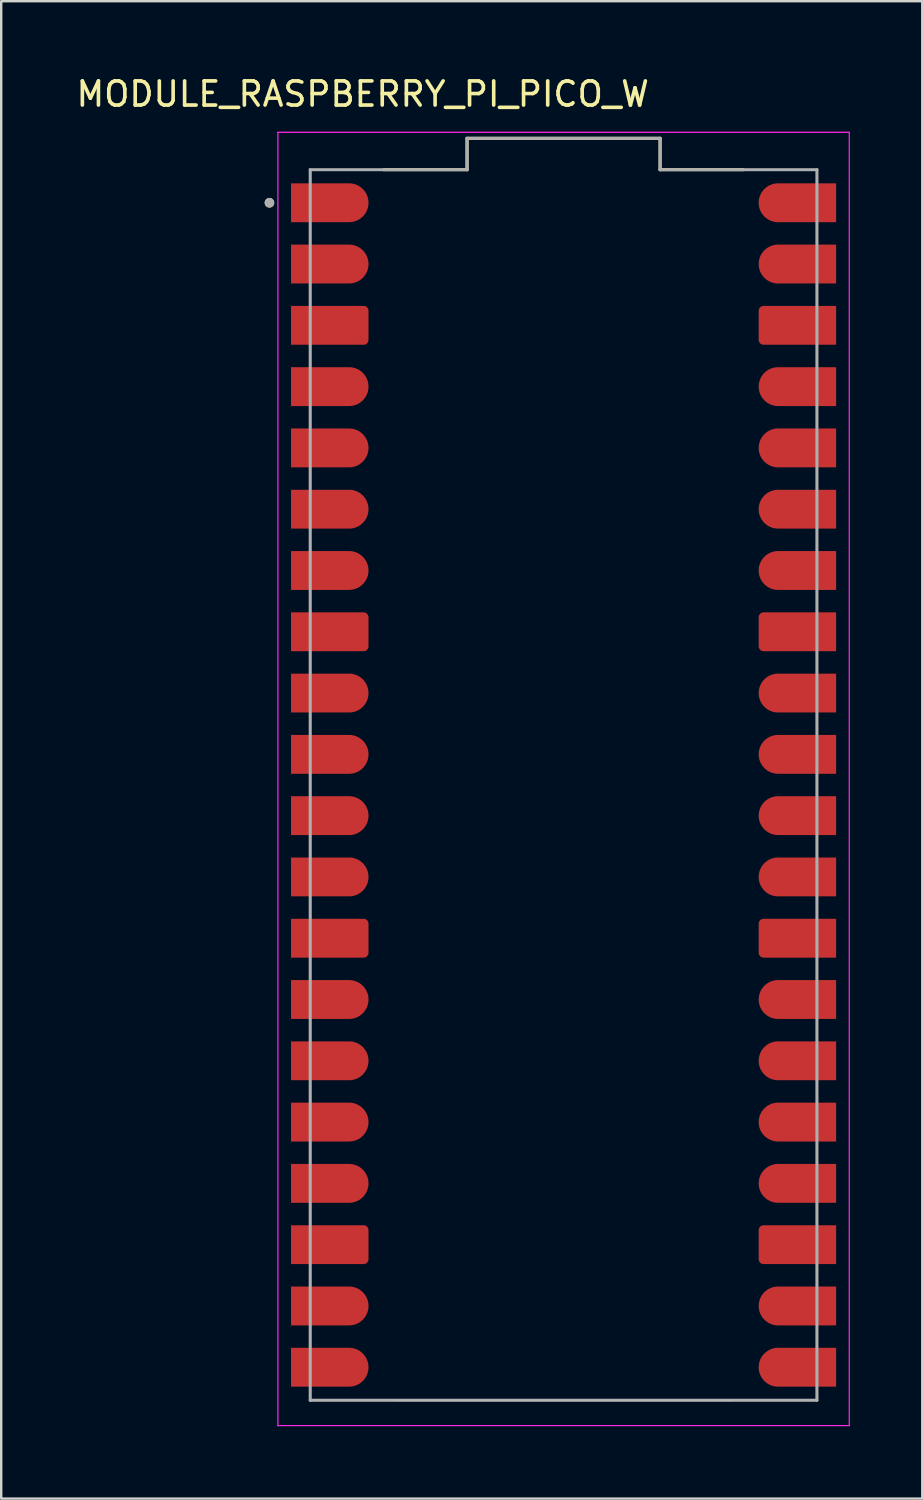
<source format=kicad_pcb>
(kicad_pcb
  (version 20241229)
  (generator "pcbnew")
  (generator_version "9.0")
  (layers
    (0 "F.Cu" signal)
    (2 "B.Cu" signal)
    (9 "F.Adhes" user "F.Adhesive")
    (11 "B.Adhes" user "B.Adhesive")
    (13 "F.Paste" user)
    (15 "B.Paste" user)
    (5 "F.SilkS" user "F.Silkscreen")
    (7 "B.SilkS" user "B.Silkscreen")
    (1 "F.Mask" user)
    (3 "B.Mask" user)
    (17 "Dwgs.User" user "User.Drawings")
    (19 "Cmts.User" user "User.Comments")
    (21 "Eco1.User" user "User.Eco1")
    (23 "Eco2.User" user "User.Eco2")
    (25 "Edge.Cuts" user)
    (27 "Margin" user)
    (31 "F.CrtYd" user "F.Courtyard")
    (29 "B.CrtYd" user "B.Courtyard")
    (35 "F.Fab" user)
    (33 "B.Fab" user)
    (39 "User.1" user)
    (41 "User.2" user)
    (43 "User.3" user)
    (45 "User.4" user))
  (footprint "MODULE_RASPBERRY_PI_PICO_W"
    (layer "F.Cu")
    (at 20.307 29.483)
    (property "Reference" "MODULE_RASPBERRY_PI_PICO_W" (at -8.325 -28.635 0) (layer "F.SilkS") (effects (font (size 1 1) (thickness 0.15))))
    (attr smd)
    (fp_poly (pts (xy -11.39 -23.23) (xy -11.39 -25.03) (xy -8.89 -25.03) (xy -8.843 -25.029) (xy -8.796 -25.025) (xy -8.749 -25.019) (xy -8.703 -25.01) (xy -8.657 -24.999) (xy -8.612 -24.986) (xy -8.567 -24.97) (xy -8.524 -24.952) (xy -8.481 -24.932) (xy -8.44 -24.909) (xy -8.4 -24.885) (xy -8.361 -24.858) (xy -8.324 -24.829) (xy -8.288 -24.799) (xy -8.254 -24.766) (xy -8.221 -24.732) (xy -8.191 -24.696) (xy -8.162 -24.659) (xy -8.135 -24.62) (xy -8.111 -24.58) (xy -8.088 -24.539) (xy -8.068 -24.496) (xy -8.05 -24.453) (xy -8.034 -24.408) (xy -8.021 -24.363) (xy -8.01 -24.317) (xy -8.001 -24.271) (xy -7.995 -24.224) (xy -7.991 -24.177) (xy -7.99 -24.13) (xy -7.991 -24.083) (xy -7.995 -24.036) (xy -8.001 -23.989) (xy -8.01 -23.943) (xy -8.021 -23.897) (xy -8.034 -23.852) (xy -8.05 -23.807) (xy -8.068 -23.764) (xy -8.088 -23.721) (xy -8.111 -23.68) (xy -8.135 -23.64) (xy -8.162 -23.601) (xy -8.191 -23.564) (xy -8.221 -23.528) (xy -8.254 -23.494) (xy -8.288 -23.461) (xy -8.324 -23.431) (xy -8.361 -23.402) (xy -8.4 -23.375) (xy -8.44 -23.351) (xy -8.481 -23.328) (xy -8.524 -23.308) (xy -8.567 -23.29) (xy -8.612 -23.274) (xy -8.657 -23.261) (xy -8.703 -23.25) (xy -8.749 -23.241) (xy -8.796 -23.235) (xy -8.843 -23.231) (xy -8.89 -23.23) (xy -11.39 -23.23)) (stroke (width 0.01) (type solid)) (fill yes) (layer "F.Mask"))
    (fp_poly (pts (xy -11.39 -20.69) (xy -11.39 -22.49) (xy -8.89 -22.49) (xy -8.843 -22.489) (xy -8.796 -22.485) (xy -8.749 -22.479) (xy -8.703 -22.47) (xy -8.657 -22.459) (xy -8.612 -22.446) (xy -8.567 -22.43) (xy -8.524 -22.412) (xy -8.481 -22.392) (xy -8.44 -22.369) (xy -8.4 -22.345) (xy -8.361 -22.318) (xy -8.324 -22.289) (xy -8.288 -22.259) (xy -8.254 -22.226) (xy -8.221 -22.192) (xy -8.191 -22.156) (xy -8.162 -22.119) (xy -8.135 -22.08) (xy -8.111 -22.04) (xy -8.088 -21.999) (xy -8.068 -21.956) (xy -8.05 -21.913) (xy -8.034 -21.868) (xy -8.021 -21.823) (xy -8.01 -21.777) (xy -8.001 -21.731) (xy -7.995 -21.684) (xy -7.991 -21.637) (xy -7.99 -21.59) (xy -7.991 -21.543) (xy -7.995 -21.496) (xy -8.001 -21.449) (xy -8.01 -21.403) (xy -8.021 -21.357) (xy -8.034 -21.312) (xy -8.05 -21.267) (xy -8.068 -21.224) (xy -8.088 -21.181) (xy -8.111 -21.14) (xy -8.135 -21.1) (xy -8.162 -21.061) (xy -8.191 -21.024) (xy -8.221 -20.988) (xy -8.254 -20.954) (xy -8.288 -20.921) (xy -8.324 -20.891) (xy -8.361 -20.862) (xy -8.4 -20.835) (xy -8.44 -20.811) (xy -8.481 -20.788) (xy -8.524 -20.768) (xy -8.567 -20.75) (xy -8.612 -20.734) (xy -8.657 -20.721) (xy -8.703 -20.71) (xy -8.749 -20.701) (xy -8.796 -20.695) (xy -8.843 -20.691) (xy -8.89 -20.69) (xy -11.39 -20.69)) (stroke (width 0.01) (type solid)) (fill yes) (layer "F.Mask"))
    (fp_poly (pts (xy -11.39 -15.61) (xy -11.39 -17.41) (xy -8.89 -17.41) (xy -8.843 -17.409) (xy -8.796 -17.405) (xy -8.749 -17.399) (xy -8.703 -17.39) (xy -8.657 -17.379) (xy -8.612 -17.366) (xy -8.567 -17.35) (xy -8.524 -17.332) (xy -8.481 -17.312) (xy -8.44 -17.289) (xy -8.4 -17.265) (xy -8.361 -17.238) (xy -8.324 -17.209) (xy -8.288 -17.179) (xy -8.254 -17.146) (xy -8.221 -17.112) (xy -8.191 -17.076) (xy -8.162 -17.039) (xy -8.135 -17) (xy -8.111 -16.96) (xy -8.088 -16.919) (xy -8.068 -16.876) (xy -8.05 -16.833) (xy -8.034 -16.788) (xy -8.021 -16.743) (xy -8.01 -16.697) (xy -8.001 -16.651) (xy -7.995 -16.604) (xy -7.991 -16.557) (xy -7.99 -16.51) (xy -7.991 -16.463) (xy -7.995 -16.416) (xy -8.001 -16.369) (xy -8.01 -16.323) (xy -8.021 -16.277) (xy -8.034 -16.232) (xy -8.05 -16.187) (xy -8.068 -16.144) (xy -8.088 -16.101) (xy -8.111 -16.06) (xy -8.135 -16.02) (xy -8.162 -15.981) (xy -8.191 -15.944) (xy -8.221 -15.908) (xy -8.254 -15.874) (xy -8.288 -15.841) (xy -8.324 -15.811) (xy -8.361 -15.782) (xy -8.4 -15.755) (xy -8.44 -15.731) (xy -8.481 -15.708) (xy -8.524 -15.688) (xy -8.567 -15.67) (xy -8.612 -15.654) (xy -8.657 -15.641) (xy -8.703 -15.63) (xy -8.749 -15.621) (xy -8.796 -15.615) (xy -8.843 -15.611) (xy -8.89 -15.61) (xy -11.39 -15.61)) (stroke (width 0.01) (type solid)) (fill yes) (layer "F.Mask"))
    (fp_poly (pts (xy -11.39 -13.07) (xy -11.39 -14.87) (xy -8.89 -14.87) (xy -8.843 -14.869) (xy -8.796 -14.865) (xy -8.749 -14.859) (xy -8.703 -14.85) (xy -8.657 -14.839) (xy -8.612 -14.826) (xy -8.567 -14.81) (xy -8.524 -14.792) (xy -8.481 -14.772) (xy -8.44 -14.749) (xy -8.4 -14.725) (xy -8.361 -14.698) (xy -8.324 -14.669) (xy -8.288 -14.639) (xy -8.254 -14.606) (xy -8.221 -14.572) (xy -8.191 -14.536) (xy -8.162 -14.499) (xy -8.135 -14.46) (xy -8.111 -14.42) (xy -8.088 -14.379) (xy -8.068 -14.336) (xy -8.05 -14.293) (xy -8.034 -14.248) (xy -8.021 -14.203) (xy -8.01 -14.157) (xy -8.001 -14.111) (xy -7.995 -14.064) (xy -7.991 -14.017) (xy -7.99 -13.97) (xy -7.991 -13.923) (xy -7.995 -13.876) (xy -8.001 -13.829) (xy -8.01 -13.783) (xy -8.021 -13.737) (xy -8.034 -13.692) (xy -8.05 -13.647) (xy -8.068 -13.604) (xy -8.088 -13.561) (xy -8.111 -13.52) (xy -8.135 -13.48) (xy -8.162 -13.441) (xy -8.191 -13.404) (xy -8.221 -13.368) (xy -8.254 -13.334) (xy -8.288 -13.301) (xy -8.324 -13.271) (xy -8.361 -13.242) (xy -8.4 -13.215) (xy -8.44 -13.191) (xy -8.481 -13.168) (xy -8.524 -13.148) (xy -8.567 -13.13) (xy -8.612 -13.114) (xy -8.657 -13.101) (xy -8.703 -13.09) (xy -8.749 -13.081) (xy -8.796 -13.075) (xy -8.843 -13.071) (xy -8.89 -13.07) (xy -11.39 -13.07)) (stroke (width 0.01) (type solid)) (fill yes) (layer "F.Mask"))
    (fp_poly (pts (xy -11.39 -10.53) (xy -11.39 -12.33) (xy -8.89 -12.33) (xy -8.843 -12.329) (xy -8.796 -12.325) (xy -8.749 -12.319) (xy -8.703 -12.31) (xy -8.657 -12.299) (xy -8.612 -12.286) (xy -8.567 -12.27) (xy -8.524 -12.252) (xy -8.481 -12.232) (xy -8.44 -12.209) (xy -8.4 -12.185) (xy -8.361 -12.158) (xy -8.324 -12.129) (xy -8.288 -12.099) (xy -8.254 -12.066) (xy -8.221 -12.032) (xy -8.191 -11.996) (xy -8.162 -11.959) (xy -8.135 -11.92) (xy -8.111 -11.88) (xy -8.088 -11.839) (xy -8.068 -11.796) (xy -8.05 -11.753) (xy -8.034 -11.708) (xy -8.021 -11.663) (xy -8.01 -11.617) (xy -8.001 -11.571) (xy -7.995 -11.524) (xy -7.991 -11.477) (xy -7.99 -11.43) (xy -7.991 -11.383) (xy -7.995 -11.336) (xy -8.001 -11.289) (xy -8.01 -11.243) (xy -8.021 -11.197) (xy -8.034 -11.152) (xy -8.05 -11.107) (xy -8.068 -11.064) (xy -8.088 -11.021) (xy -8.111 -10.98) (xy -8.135 -10.94) (xy -8.162 -10.901) (xy -8.191 -10.864) (xy -8.221 -10.828) (xy -8.254 -10.794) (xy -8.288 -10.761) (xy -8.324 -10.731) (xy -8.361 -10.702) (xy -8.4 -10.675) (xy -8.44 -10.651) (xy -8.481 -10.628) (xy -8.524 -10.608) (xy -8.567 -10.59) (xy -8.612 -10.574) (xy -8.657 -10.561) (xy -8.703 -10.55) (xy -8.749 -10.541) (xy -8.796 -10.535) (xy -8.843 -10.531) (xy -8.89 -10.53) (xy -11.39 -10.53)) (stroke (width 0.01) (type solid)) (fill yes) (layer "F.Mask"))
    (fp_poly (pts (xy -11.39 -7.99) (xy -11.39 -9.79) (xy -8.89 -9.79) (xy -8.843 -9.789) (xy -8.796 -9.785) (xy -8.749 -9.779) (xy -8.703 -9.77) (xy -8.657 -9.759) (xy -8.612 -9.746) (xy -8.567 -9.73) (xy -8.524 -9.712) (xy -8.481 -9.692) (xy -8.44 -9.669) (xy -8.4 -9.645) (xy -8.361 -9.618) (xy -8.324 -9.589) (xy -8.288 -9.559) (xy -8.254 -9.526) (xy -8.221 -9.492) (xy -8.191 -9.456) (xy -8.162 -9.419) (xy -8.135 -9.38) (xy -8.111 -9.34) (xy -8.088 -9.299) (xy -8.068 -9.256) (xy -8.05 -9.213) (xy -8.034 -9.168) (xy -8.021 -9.123) (xy -8.01 -9.077) (xy -8.001 -9.031) (xy -7.995 -8.984) (xy -7.991 -8.937) (xy -7.99 -8.89) (xy -7.991 -8.843) (xy -7.995 -8.796) (xy -8.001 -8.749) (xy -8.01 -8.703) (xy -8.021 -8.657) (xy -8.034 -8.612) (xy -8.05 -8.567) (xy -8.068 -8.524) (xy -8.088 -8.481) (xy -8.111 -8.44) (xy -8.135 -8.4) (xy -8.162 -8.361) (xy -8.191 -8.324) (xy -8.221 -8.288) (xy -8.254 -8.254) (xy -8.288 -8.221) (xy -8.324 -8.191) (xy -8.361 -8.162) (xy -8.4 -8.135) (xy -8.44 -8.111) (xy -8.481 -8.088) (xy -8.524 -8.068) (xy -8.567 -8.05) (xy -8.612 -8.034) (xy -8.657 -8.021) (xy -8.703 -8.01) (xy -8.749 -8.001) (xy -8.796 -7.995) (xy -8.843 -7.991) (xy -8.89 -7.99) (xy -11.39 -7.99)) (stroke (width 0.01) (type solid)) (fill yes) (layer "F.Mask"))
    (fp_poly (pts (xy -11.39 -2.91) (xy -11.39 -4.71) (xy -8.89 -4.71) (xy -8.843 -4.709) (xy -8.796 -4.705) (xy -8.749 -4.699) (xy -8.703 -4.69) (xy -8.657 -4.679) (xy -8.612 -4.666) (xy -8.567 -4.65) (xy -8.524 -4.632) (xy -8.481 -4.612) (xy -8.44 -4.589) (xy -8.4 -4.565) (xy -8.361 -4.538) (xy -8.324 -4.509) (xy -8.288 -4.479) (xy -8.254 -4.446) (xy -8.221 -4.412) (xy -8.191 -4.376) (xy -8.162 -4.339) (xy -8.135 -4.3) (xy -8.111 -4.26) (xy -8.088 -4.219) (xy -8.068 -4.176) (xy -8.05 -4.133) (xy -8.034 -4.088) (xy -8.021 -4.043) (xy -8.01 -3.997) (xy -8.001 -3.951) (xy -7.995 -3.904) (xy -7.991 -3.857) (xy -7.99 -3.81) (xy -7.991 -3.763) (xy -7.995 -3.716) (xy -8.001 -3.669) (xy -8.01 -3.623) (xy -8.021 -3.577) (xy -8.034 -3.532) (xy -8.05 -3.487) (xy -8.068 -3.444) (xy -8.088 -3.401) (xy -8.111 -3.36) (xy -8.135 -3.32) (xy -8.162 -3.281) (xy -8.191 -3.244) (xy -8.221 -3.208) (xy -8.254 -3.174) (xy -8.288 -3.141) (xy -8.324 -3.111) (xy -8.361 -3.082) (xy -8.4 -3.055) (xy -8.44 -3.031) (xy -8.481 -3.008) (xy -8.524 -2.988) (xy -8.567 -2.97) (xy -8.612 -2.954) (xy -8.657 -2.941) (xy -8.703 -2.93) (xy -8.749 -2.921) (xy -8.796 -2.915) (xy -8.843 -2.911) (xy -8.89 -2.91) (xy -11.39 -2.91)) (stroke (width 0.01) (type solid)) (fill yes) (layer "F.Mask"))
    (fp_poly (pts (xy -11.39 -0.37) (xy -11.39 -2.17) (xy -8.89 -2.17) (xy -8.843 -2.169) (xy -8.796 -2.165) (xy -8.749 -2.159) (xy -8.703 -2.15) (xy -8.657 -2.139) (xy -8.612 -2.126) (xy -8.567 -2.11) (xy -8.524 -2.092) (xy -8.481 -2.072) (xy -8.44 -2.049) (xy -8.4 -2.025) (xy -8.361 -1.998) (xy -8.324 -1.969) (xy -8.288 -1.939) (xy -8.254 -1.906) (xy -8.221 -1.872) (xy -8.191 -1.836) (xy -8.162 -1.799) (xy -8.135 -1.76) (xy -8.111 -1.72) (xy -8.088 -1.679) (xy -8.068 -1.636) (xy -8.05 -1.593) (xy -8.034 -1.548) (xy -8.021 -1.503) (xy -8.01 -1.457) (xy -8.001 -1.411) (xy -7.995 -1.364) (xy -7.991 -1.317) (xy -7.99 -1.27) (xy -7.991 -1.223) (xy -7.995 -1.176) (xy -8.001 -1.129) (xy -8.01 -1.083) (xy -8.021 -1.037) (xy -8.034 -0.992) (xy -8.05 -0.947) (xy -8.068 -0.904) (xy -8.088 -0.861) (xy -8.111 -0.82) (xy -8.135 -0.78) (xy -8.162 -0.741) (xy -8.191 -0.704) (xy -8.221 -0.668) (xy -8.254 -0.634) (xy -8.288 -0.601) (xy -8.324 -0.571) (xy -8.361 -0.542) (xy -8.4 -0.515) (xy -8.44 -0.491) (xy -8.481 -0.468) (xy -8.524 -0.448) (xy -8.567 -0.43) (xy -8.612 -0.414) (xy -8.657 -0.401) (xy -8.703 -0.39) (xy -8.749 -0.381) (xy -8.796 -0.375) (xy -8.843 -0.371) (xy -8.89 -0.37) (xy -11.39 -0.37)) (stroke (width 0.01) (type solid)) (fill yes) (layer "F.Mask"))
    (fp_poly (pts (xy -11.39 2.17) (xy -11.39 0.37) (xy -8.89 0.37) (xy -8.843 0.371) (xy -8.796 0.375) (xy -8.749 0.381) (xy -8.703 0.39) (xy -8.657 0.401) (xy -8.612 0.414) (xy -8.567 0.43) (xy -8.524 0.448) (xy -8.481 0.468) (xy -8.44 0.491) (xy -8.4 0.515) (xy -8.361 0.542) (xy -8.324 0.571) (xy -8.288 0.601) (xy -8.254 0.634) (xy -8.221 0.668) (xy -8.191 0.704) (xy -8.162 0.741) (xy -8.135 0.78) (xy -8.111 0.82) (xy -8.088 0.861) (xy -8.068 0.904) (xy -8.05 0.947) (xy -8.034 0.992) (xy -8.021 1.037) (xy -8.01 1.083) (xy -8.001 1.129) (xy -7.995 1.176) (xy -7.991 1.223) (xy -7.99 1.27) (xy -7.991 1.317) (xy -7.995 1.364) (xy -8.001 1.411) (xy -8.01 1.457) (xy -8.021 1.503) (xy -8.034 1.548) (xy -8.05 1.593) (xy -8.068 1.636) (xy -8.088 1.679) (xy -8.111 1.72) (xy -8.135 1.76) (xy -8.162 1.799) (xy -8.191 1.836) (xy -8.221 1.872) (xy -8.254 1.906) (xy -8.288 1.939) (xy -8.324 1.969) (xy -8.361 1.998) (xy -8.4 2.025) (xy -8.44 2.049) (xy -8.481 2.072) (xy -8.524 2.092) (xy -8.567 2.11) (xy -8.612 2.126) (xy -8.657 2.139) (xy -8.703 2.15) (xy -8.749 2.159) (xy -8.796 2.165) (xy -8.843 2.169) (xy -8.89 2.17) (xy -11.39 2.17)) (stroke (width 0.01) (type solid)) (fill yes) (layer "F.Mask"))
    (fp_poly (pts (xy -11.39 4.71) (xy -11.39 2.91) (xy -8.89 2.91) (xy -8.843 2.911) (xy -8.796 2.915) (xy -8.749 2.921) (xy -8.703 2.93) (xy -8.657 2.941) (xy -8.612 2.954) (xy -8.567 2.97) (xy -8.524 2.988) (xy -8.481 3.008) (xy -8.44 3.031) (xy -8.4 3.055) (xy -8.361 3.082) (xy -8.324 3.111) (xy -8.288 3.141) (xy -8.254 3.174) (xy -8.221 3.208) (xy -8.191 3.244) (xy -8.162 3.281) (xy -8.135 3.32) (xy -8.111 3.36) (xy -8.088 3.401) (xy -8.068 3.444) (xy -8.05 3.487) (xy -8.034 3.532) (xy -8.021 3.577) (xy -8.01 3.623) (xy -8.001 3.669) (xy -7.995 3.716) (xy -7.991 3.763) (xy -7.99 3.81) (xy -7.991 3.857) (xy -7.995 3.904) (xy -8.001 3.951) (xy -8.01 3.997) (xy -8.021 4.043) (xy -8.034 4.088) (xy -8.05 4.133) (xy -8.068 4.176) (xy -8.088 4.219) (xy -8.111 4.26) (xy -8.135 4.3) (xy -8.162 4.339) (xy -8.191 4.376) (xy -8.221 4.412) (xy -8.254 4.446) (xy -8.288 4.479) (xy -8.324 4.509) (xy -8.361 4.538) (xy -8.4 4.565) (xy -8.44 4.589) (xy -8.481 4.612) (xy -8.524 4.632) (xy -8.567 4.65) (xy -8.612 4.666) (xy -8.657 4.679) (xy -8.703 4.69) (xy -8.749 4.699) (xy -8.796 4.705) (xy -8.843 4.709) (xy -8.89 4.71) (xy -11.39 4.71)) (stroke (width 0.01) (type solid)) (fill yes) (layer "F.Mask"))
    (fp_poly (pts (xy -11.39 9.79) (xy -11.39 7.99) (xy -8.89 7.99) (xy -8.843 7.991) (xy -8.796 7.995) (xy -8.749 8.001) (xy -8.703 8.01) (xy -8.657 8.021) (xy -8.612 8.034) (xy -8.567 8.05) (xy -8.524 8.068) (xy -8.481 8.088) (xy -8.44 8.111) (xy -8.4 8.135) (xy -8.361 8.162) (xy -8.324 8.191) (xy -8.288 8.221) (xy -8.254 8.254) (xy -8.221 8.288) (xy -8.191 8.324) (xy -8.162 8.361) (xy -8.135 8.4) (xy -8.111 8.44) (xy -8.088 8.481) (xy -8.068 8.524) (xy -8.05 8.567) (xy -8.034 8.612) (xy -8.021 8.657) (xy -8.01 8.703) (xy -8.001 8.749) (xy -7.995 8.796) (xy -7.991 8.843) (xy -7.99 8.89) (xy -7.991 8.937) (xy -7.995 8.984) (xy -8.001 9.031) (xy -8.01 9.077) (xy -8.021 9.123) (xy -8.034 9.168) (xy -8.05 9.213) (xy -8.068 9.256) (xy -8.088 9.299) (xy -8.111 9.34) (xy -8.135 9.38) (xy -8.162 9.419) (xy -8.191 9.456) (xy -8.221 9.492) (xy -8.254 9.526) (xy -8.288 9.559) (xy -8.324 9.589) (xy -8.361 9.618) (xy -8.4 9.645) (xy -8.44 9.669) (xy -8.481 9.692) (xy -8.524 9.712) (xy -8.567 9.73) (xy -8.612 9.746) (xy -8.657 9.759) (xy -8.703 9.77) (xy -8.749 9.779) (xy -8.796 9.785) (xy -8.843 9.789) (xy -8.89 9.79) (xy -11.39 9.79)) (stroke (width 0.01) (type solid)) (fill yes) (layer "F.Mask"))
    (fp_poly (pts (xy -11.39 12.33) (xy -11.39 10.53) (xy -8.89 10.53) (xy -8.843 10.531) (xy -8.796 10.535) (xy -8.749 10.541) (xy -8.703 10.55) (xy -8.657 10.561) (xy -8.612 10.574) (xy -8.567 10.59) (xy -8.524 10.608) (xy -8.481 10.628) (xy -8.44 10.651) (xy -8.4 10.675) (xy -8.361 10.702) (xy -8.324 10.731) (xy -8.288 10.761) (xy -8.254 10.794) (xy -8.221 10.828) (xy -8.191 10.864) (xy -8.162 10.901) (xy -8.135 10.94) (xy -8.111 10.98) (xy -8.088 11.021) (xy -8.068 11.064) (xy -8.05 11.107) (xy -8.034 11.152) (xy -8.021 11.197) (xy -8.01 11.243) (xy -8.001 11.289) (xy -7.995 11.336) (xy -7.991 11.383) (xy -7.99 11.43) (xy -7.991 11.477) (xy -7.995 11.524) (xy -8.001 11.571) (xy -8.01 11.617) (xy -8.021 11.663) (xy -8.034 11.708) (xy -8.05 11.753) (xy -8.068 11.796) (xy -8.088 11.839) (xy -8.111 11.88) (xy -8.135 11.92) (xy -8.162 11.959) (xy -8.191 11.996) (xy -8.221 12.032) (xy -8.254 12.066) (xy -8.288 12.099) (xy -8.324 12.129) (xy -8.361 12.158) (xy -8.4 12.185) (xy -8.44 12.209) (xy -8.481 12.232) (xy -8.524 12.252) (xy -8.567 12.27) (xy -8.612 12.286) (xy -8.657 12.299) (xy -8.703 12.31) (xy -8.749 12.319) (xy -8.796 12.325) (xy -8.843 12.329) (xy -8.89 12.33) (xy -11.39 12.33)) (stroke (width 0.01) (type solid)) (fill yes) (layer "F.Mask"))
    (fp_poly (pts (xy -11.39 14.87) (xy -11.39 13.07) (xy -8.89 13.07) (xy -8.843 13.071) (xy -8.796 13.075) (xy -8.749 13.081) (xy -8.703 13.09) (xy -8.657 13.101) (xy -8.612 13.114) (xy -8.567 13.13) (xy -8.524 13.148) (xy -8.481 13.168) (xy -8.44 13.191) (xy -8.4 13.215) (xy -8.361 13.242) (xy -8.324 13.271) (xy -8.288 13.301) (xy -8.254 13.334) (xy -8.221 13.368) (xy -8.191 13.404) (xy -8.162 13.441) (xy -8.135 13.48) (xy -8.111 13.52) (xy -8.088 13.561) (xy -8.068 13.604) (xy -8.05 13.647) (xy -8.034 13.692) (xy -8.021 13.737) (xy -8.01 13.783) (xy -8.001 13.829) (xy -7.995 13.876) (xy -7.991 13.923) (xy -7.99 13.97) (xy -7.991 14.017) (xy -7.995 14.064) (xy -8.001 14.111) (xy -8.01 14.157) (xy -8.021 14.203) (xy -8.034 14.248) (xy -8.05 14.293) (xy -8.068 14.336) (xy -8.088 14.379) (xy -8.111 14.42) (xy -8.135 14.46) (xy -8.162 14.499) (xy -8.191 14.536) (xy -8.221 14.572) (xy -8.254 14.606) (xy -8.288 14.639) (xy -8.324 14.669) (xy -8.361 14.698) (xy -8.4 14.725) (xy -8.44 14.749) (xy -8.481 14.772) (xy -8.524 14.792) (xy -8.567 14.81) (xy -8.612 14.826) (xy -8.657 14.839) (xy -8.703 14.85) (xy -8.749 14.859) (xy -8.796 14.865) (xy -8.843 14.869) (xy -8.89 14.87) (xy -11.39 14.87)) (stroke (width 0.01) (type solid)) (fill yes) (layer "F.Mask"))
    (fp_poly (pts (xy -11.39 17.41) (xy -11.39 15.61) (xy -8.89 15.61) (xy -8.843 15.611) (xy -8.796 15.615) (xy -8.749 15.621) (xy -8.703 15.63) (xy -8.657 15.641) (xy -8.612 15.654) (xy -8.567 15.67) (xy -8.524 15.688) (xy -8.481 15.708) (xy -8.44 15.731) (xy -8.4 15.755) (xy -8.361 15.782) (xy -8.324 15.811) (xy -8.288 15.841) (xy -8.254 15.874) (xy -8.221 15.908) (xy -8.191 15.944) (xy -8.162 15.981) (xy -8.135 16.02) (xy -8.111 16.06) (xy -8.088 16.101) (xy -8.068 16.144) (xy -8.05 16.187) (xy -8.034 16.232) (xy -8.021 16.277) (xy -8.01 16.323) (xy -8.001 16.369) (xy -7.995 16.416) (xy -7.991 16.463) (xy -7.99 16.51) (xy -7.991 16.557) (xy -7.995 16.604) (xy -8.001 16.651) (xy -8.01 16.697) (xy -8.021 16.743) (xy -8.034 16.788) (xy -8.05 16.833) (xy -8.068 16.876) (xy -8.088 16.919) (xy -8.111 16.96) (xy -8.135 17) (xy -8.162 17.039) (xy -8.191 17.076) (xy -8.221 17.112) (xy -8.254 17.146) (xy -8.288 17.179) (xy -8.324 17.209) (xy -8.361 17.238) (xy -8.4 17.265) (xy -8.44 17.289) (xy -8.481 17.312) (xy -8.524 17.332) (xy -8.567 17.35) (xy -8.612 17.366) (xy -8.657 17.379) (xy -8.703 17.39) (xy -8.749 17.399) (xy -8.796 17.405) (xy -8.843 17.409) (xy -8.89 17.41) (xy -11.39 17.41)) (stroke (width 0.01) (type solid)) (fill yes) (layer "F.Mask"))
    (fp_poly (pts (xy -11.39 22.49) (xy -11.39 20.69) (xy -8.89 20.69) (xy -8.843 20.691) (xy -8.796 20.695) (xy -8.749 20.701) (xy -8.703 20.71) (xy -8.657 20.721) (xy -8.612 20.734) (xy -8.567 20.75) (xy -8.524 20.768) (xy -8.481 20.788) (xy -8.44 20.811) (xy -8.4 20.835) (xy -8.361 20.862) (xy -8.324 20.891) (xy -8.288 20.921) (xy -8.254 20.954) (xy -8.221 20.988) (xy -8.191 21.024) (xy -8.162 21.061) (xy -8.135 21.1) (xy -8.111 21.14) (xy -8.088 21.181) (xy -8.068 21.224) (xy -8.05 21.267) (xy -8.034 21.312) (xy -8.021 21.357) (xy -8.01 21.403) (xy -8.001 21.449) (xy -7.995 21.496) (xy -7.991 21.543) (xy -7.99 21.59) (xy -7.991 21.637) (xy -7.995 21.684) (xy -8.001 21.731) (xy -8.01 21.777) (xy -8.021 21.823) (xy -8.034 21.868) (xy -8.05 21.913) (xy -8.068 21.956) (xy -8.088 21.999) (xy -8.111 22.04) (xy -8.135 22.08) (xy -8.162 22.119) (xy -8.191 22.156) (xy -8.221 22.192) (xy -8.254 22.226) (xy -8.288 22.259) (xy -8.324 22.289) (xy -8.361 22.318) (xy -8.4 22.345) (xy -8.44 22.369) (xy -8.481 22.392) (xy -8.524 22.412) (xy -8.567 22.43) (xy -8.612 22.446) (xy -8.657 22.459) (xy -8.703 22.47) (xy -8.749 22.479) (xy -8.796 22.485) (xy -8.843 22.489) (xy -8.89 22.49) (xy -11.39 22.49)) (stroke (width 0.01) (type solid)) (fill yes) (layer "F.Mask"))
    (fp_poly (pts (xy -11.39 25.03) (xy -11.39 23.23) (xy -8.89 23.23) (xy -8.843 23.231) (xy -8.796 23.235) (xy -8.749 23.241) (xy -8.703 23.25) (xy -8.657 23.261) (xy -8.612 23.274) (xy -8.567 23.29) (xy -8.524 23.308) (xy -8.481 23.328) (xy -8.44 23.351) (xy -8.4 23.375) (xy -8.361 23.402) (xy -8.324 23.431) (xy -8.288 23.461) (xy -8.254 23.494) (xy -8.221 23.528) (xy -8.191 23.564) (xy -8.162 23.601) (xy -8.135 23.64) (xy -8.111 23.68) (xy -8.088 23.721) (xy -8.068 23.764) (xy -8.05 23.807) (xy -8.034 23.852) (xy -8.021 23.897) (xy -8.01 23.943) (xy -8.001 23.989) (xy -7.995 24.036) (xy -7.991 24.083) (xy -7.99 24.13) (xy -7.991 24.177) (xy -7.995 24.224) (xy -8.001 24.271) (xy -8.01 24.317) (xy -8.021 24.363) (xy -8.034 24.408) (xy -8.05 24.453) (xy -8.068 24.496) (xy -8.088 24.539) (xy -8.111 24.58) (xy -8.135 24.62) (xy -8.162 24.659) (xy -8.191 24.696) (xy -8.221 24.732) (xy -8.254 24.766) (xy -8.288 24.799) (xy -8.324 24.829) (xy -8.361 24.858) (xy -8.4 24.885) (xy -8.44 24.909) (xy -8.481 24.932) (xy -8.524 24.952) (xy -8.567 24.97) (xy -8.612 24.986) (xy -8.657 24.999) (xy -8.703 25.01) (xy -8.749 25.019) (xy -8.796 25.025) (xy -8.843 25.029) (xy -8.89 25.03) (xy -11.39 25.03)) (stroke (width 0.01) (type solid)) (fill yes) (layer "F.Mask"))
    (fp_poly (pts (xy 11.39 -23.23) (xy 11.39 -25.03) (xy 8.89 -25.03) (xy 8.843 -25.029) (xy 8.796 -25.025) (xy 8.749 -25.019) (xy 8.703 -25.01) (xy 8.657 -24.999) (xy 8.612 -24.986) (xy 8.567 -24.97) (xy 8.524 -24.952) (xy 8.481 -24.932) (xy 8.44 -24.909) (xy 8.4 -24.885) (xy 8.361 -24.858) (xy 8.324 -24.829) (xy 8.288 -24.799) (xy 8.254 -24.766) (xy 8.221 -24.732) (xy 8.191 -24.696) (xy 8.162 -24.659) (xy 8.135 -24.62) (xy 8.111 -24.58) (xy 8.088 -24.539) (xy 8.068 -24.496) (xy 8.05 -24.453) (xy 8.034 -24.408) (xy 8.021 -24.363) (xy 8.01 -24.317) (xy 8.001 -24.271) (xy 7.995 -24.224) (xy 7.991 -24.177) (xy 7.99 -24.13) (xy 7.991 -24.083) (xy 7.995 -24.036) (xy 8.001 -23.989) (xy 8.01 -23.943) (xy 8.021 -23.897) (xy 8.034 -23.852) (xy 8.05 -23.807) (xy 8.068 -23.764) (xy 8.088 -23.721) (xy 8.111 -23.68) (xy 8.135 -23.64) (xy 8.162 -23.601) (xy 8.191 -23.564) (xy 8.221 -23.528) (xy 8.254 -23.494) (xy 8.288 -23.461) (xy 8.324 -23.431) (xy 8.361 -23.402) (xy 8.4 -23.375) (xy 8.44 -23.351) (xy 8.481 -23.328) (xy 8.524 -23.308) (xy 8.567 -23.29) (xy 8.612 -23.274) (xy 8.657 -23.261) (xy 8.703 -23.25) (xy 8.749 -23.241) (xy 8.796 -23.235) (xy 8.843 -23.231) (xy 8.89 -23.23) (xy 11.39 -23.23)) (stroke (width 0.01) (type solid)) (fill yes) (layer "F.Mask"))
    (fp_poly (pts (xy 11.39 -20.69) (xy 11.39 -22.49) (xy 8.89 -22.49) (xy 8.843 -22.489) (xy 8.796 -22.485) (xy 8.749 -22.479) (xy 8.703 -22.47) (xy 8.657 -22.459) (xy 8.612 -22.446) (xy 8.567 -22.43) (xy 8.524 -22.412) (xy 8.481 -22.392) (xy 8.44 -22.369) (xy 8.4 -22.345) (xy 8.361 -22.318) (xy 8.324 -22.289) (xy 8.288 -22.259) (xy 8.254 -22.226) (xy 8.221 -22.192) (xy 8.191 -22.156) (xy 8.162 -22.119) (xy 8.135 -22.08) (xy 8.111 -22.04) (xy 8.088 -21.999) (xy 8.068 -21.956) (xy 8.05 -21.913) (xy 8.034 -21.868) (xy 8.021 -21.823) (xy 8.01 -21.777) (xy 8.001 -21.731) (xy 7.995 -21.684) (xy 7.991 -21.637) (xy 7.99 -21.59) (xy 7.991 -21.543) (xy 7.995 -21.496) (xy 8.001 -21.449) (xy 8.01 -21.403) (xy 8.021 -21.357) (xy 8.034 -21.312) (xy 8.05 -21.267) (xy 8.068 -21.224) (xy 8.088 -21.181) (xy 8.111 -21.14) (xy 8.135 -21.1) (xy 8.162 -21.061) (xy 8.191 -21.024) (xy 8.221 -20.988) (xy 8.254 -20.954) (xy 8.288 -20.921) (xy 8.324 -20.891) (xy 8.361 -20.862) (xy 8.4 -20.835) (xy 8.44 -20.811) (xy 8.481 -20.788) (xy 8.524 -20.768) (xy 8.567 -20.75) (xy 8.612 -20.734) (xy 8.657 -20.721) (xy 8.703 -20.71) (xy 8.749 -20.701) (xy 8.796 -20.695) (xy 8.843 -20.691) (xy 8.89 -20.69) (xy 11.39 -20.69)) (stroke (width 0.01) (type solid)) (fill yes) (layer "F.Mask"))
    (fp_poly (pts (xy 11.39 -15.61) (xy 11.39 -17.41) (xy 8.89 -17.41) (xy 8.843 -17.409) (xy 8.796 -17.405) (xy 8.749 -17.399) (xy 8.703 -17.39) (xy 8.657 -17.379) (xy 8.612 -17.366) (xy 8.567 -17.35) (xy 8.524 -17.332) (xy 8.481 -17.312) (xy 8.44 -17.289) (xy 8.4 -17.265) (xy 8.361 -17.238) (xy 8.324 -17.209) (xy 8.288 -17.179) (xy 8.254 -17.146) (xy 8.221 -17.112) (xy 8.191 -17.076) (xy 8.162 -17.039) (xy 8.135 -17) (xy 8.111 -16.96) (xy 8.088 -16.919) (xy 8.068 -16.876) (xy 8.05 -16.833) (xy 8.034 -16.788) (xy 8.021 -16.743) (xy 8.01 -16.697) (xy 8.001 -16.651) (xy 7.995 -16.604) (xy 7.991 -16.557) (xy 7.99 -16.51) (xy 7.991 -16.463) (xy 7.995 -16.416) (xy 8.001 -16.369) (xy 8.01 -16.323) (xy 8.021 -16.277) (xy 8.034 -16.232) (xy 8.05 -16.187) (xy 8.068 -16.144) (xy 8.088 -16.101) (xy 8.111 -16.06) (xy 8.135 -16.02) (xy 8.162 -15.981) (xy 8.191 -15.944) (xy 8.221 -15.908) (xy 8.254 -15.874) (xy 8.288 -15.841) (xy 8.324 -15.811) (xy 8.361 -15.782) (xy 8.4 -15.755) (xy 8.44 -15.731) (xy 8.481 -15.708) (xy 8.524 -15.688) (xy 8.567 -15.67) (xy 8.612 -15.654) (xy 8.657 -15.641) (xy 8.703 -15.63) (xy 8.749 -15.621) (xy 8.796 -15.615) (xy 8.843 -15.611) (xy 8.89 -15.61) (xy 11.39 -15.61)) (stroke (width 0.01) (type solid)) (fill yes) (layer "F.Mask"))
    (fp_poly (pts (xy 11.39 -13.07) (xy 11.39 -14.87) (xy 8.89 -14.87) (xy 8.843 -14.869) (xy 8.796 -14.865) (xy 8.749 -14.859) (xy 8.703 -14.85) (xy 8.657 -14.839) (xy 8.612 -14.826) (xy 8.567 -14.81) (xy 8.524 -14.792) (xy 8.481 -14.772) (xy 8.44 -14.749) (xy 8.4 -14.725) (xy 8.361 -14.698) (xy 8.324 -14.669) (xy 8.288 -14.639) (xy 8.254 -14.606) (xy 8.221 -14.572) (xy 8.191 -14.536) (xy 8.162 -14.499) (xy 8.135 -14.46) (xy 8.111 -14.42) (xy 8.088 -14.379) (xy 8.068 -14.336) (xy 8.05 -14.293) (xy 8.034 -14.248) (xy 8.021 -14.203) (xy 8.01 -14.157) (xy 8.001 -14.111) (xy 7.995 -14.064) (xy 7.991 -14.017) (xy 7.99 -13.97) (xy 7.991 -13.923) (xy 7.995 -13.876) (xy 8.001 -13.829) (xy 8.01 -13.783) (xy 8.021 -13.737) (xy 8.034 -13.692) (xy 8.05 -13.647) (xy 8.068 -13.604) (xy 8.088 -13.561) (xy 8.111 -13.52) (xy 8.135 -13.48) (xy 8.162 -13.441) (xy 8.191 -13.404) (xy 8.221 -13.368) (xy 8.254 -13.334) (xy 8.288 -13.301) (xy 8.324 -13.271) (xy 8.361 -13.242) (xy 8.4 -13.215) (xy 8.44 -13.191) (xy 8.481 -13.168) (xy 8.524 -13.148) (xy 8.567 -13.13) (xy 8.612 -13.114) (xy 8.657 -13.101) (xy 8.703 -13.09) (xy 8.749 -13.081) (xy 8.796 -13.075) (xy 8.843 -13.071) (xy 8.89 -13.07) (xy 11.39 -13.07)) (stroke (width 0.01) (type solid)) (fill yes) (layer "F.Mask"))
    (fp_poly (pts (xy 11.39 -10.53) (xy 11.39 -12.33) (xy 8.89 -12.33) (xy 8.843 -12.329) (xy 8.796 -12.325) (xy 8.749 -12.319) (xy 8.703 -12.31) (xy 8.657 -12.299) (xy 8.612 -12.286) (xy 8.567 -12.27) (xy 8.524 -12.252) (xy 8.481 -12.232) (xy 8.44 -12.209) (xy 8.4 -12.185) (xy 8.361 -12.158) (xy 8.324 -12.129) (xy 8.288 -12.099) (xy 8.254 -12.066) (xy 8.221 -12.032) (xy 8.191 -11.996) (xy 8.162 -11.959) (xy 8.135 -11.92) (xy 8.111 -11.88) (xy 8.088 -11.839) (xy 8.068 -11.796) (xy 8.05 -11.753) (xy 8.034 -11.708) (xy 8.021 -11.663) (xy 8.01 -11.617) (xy 8.001 -11.571) (xy 7.995 -11.524) (xy 7.991 -11.477) (xy 7.99 -11.43) (xy 7.991 -11.383) (xy 7.995 -11.336) (xy 8.001 -11.289) (xy 8.01 -11.243) (xy 8.021 -11.197) (xy 8.034 -11.152) (xy 8.05 -11.107) (xy 8.068 -11.064) (xy 8.088 -11.021) (xy 8.111 -10.98) (xy 8.135 -10.94) (xy 8.162 -10.901) (xy 8.191 -10.864) (xy 8.221 -10.828) (xy 8.254 -10.794) (xy 8.288 -10.761) (xy 8.324 -10.731) (xy 8.361 -10.702) (xy 8.4 -10.675) (xy 8.44 -10.651) (xy 8.481 -10.628) (xy 8.524 -10.608) (xy 8.567 -10.59) (xy 8.612 -10.574) (xy 8.657 -10.561) (xy 8.703 -10.55) (xy 8.749 -10.541) (xy 8.796 -10.535) (xy 8.843 -10.531) (xy 8.89 -10.53) (xy 11.39 -10.53)) (stroke (width 0.01) (type solid)) (fill yes) (layer "F.Mask"))
    (fp_poly (pts (xy 11.39 -7.99) (xy 11.39 -9.79) (xy 8.89 -9.79) (xy 8.843 -9.789) (xy 8.796 -9.785) (xy 8.749 -9.779) (xy 8.703 -9.77) (xy 8.657 -9.759) (xy 8.612 -9.746) (xy 8.567 -9.73) (xy 8.524 -9.712) (xy 8.481 -9.692) (xy 8.44 -9.669) (xy 8.4 -9.645) (xy 8.361 -9.618) (xy 8.324 -9.589) (xy 8.288 -9.559) (xy 8.254 -9.526) (xy 8.221 -9.492) (xy 8.191 -9.456) (xy 8.162 -9.419) (xy 8.135 -9.38) (xy 8.111 -9.34) (xy 8.088 -9.299) (xy 8.068 -9.256) (xy 8.05 -9.213) (xy 8.034 -9.168) (xy 8.021 -9.123) (xy 8.01 -9.077) (xy 8.001 -9.031) (xy 7.995 -8.984) (xy 7.991 -8.937) (xy 7.99 -8.89) (xy 7.991 -8.843) (xy 7.995 -8.796) (xy 8.001 -8.749) (xy 8.01 -8.703) (xy 8.021 -8.657) (xy 8.034 -8.612) (xy 8.05 -8.567) (xy 8.068 -8.524) (xy 8.088 -8.481) (xy 8.111 -8.44) (xy 8.135 -8.4) (xy 8.162 -8.361) (xy 8.191 -8.324) (xy 8.221 -8.288) (xy 8.254 -8.254) (xy 8.288 -8.221) (xy 8.324 -8.191) (xy 8.361 -8.162) (xy 8.4 -8.135) (xy 8.44 -8.111) (xy 8.481 -8.088) (xy 8.524 -8.068) (xy 8.567 -8.05) (xy 8.612 -8.034) (xy 8.657 -8.021) (xy 8.703 -8.01) (xy 8.749 -8.001) (xy 8.796 -7.995) (xy 8.843 -7.991) (xy 8.89 -7.99) (xy 11.39 -7.99)) (stroke (width 0.01) (type solid)) (fill yes) (layer "F.Mask"))
    (fp_poly (pts (xy 11.39 -2.91) (xy 11.39 -4.71) (xy 8.89 -4.71) (xy 8.843 -4.709) (xy 8.796 -4.705) (xy 8.749 -4.699) (xy 8.703 -4.69) (xy 8.657 -4.679) (xy 8.612 -4.666) (xy 8.567 -4.65) (xy 8.524 -4.632) (xy 8.481 -4.612) (xy 8.44 -4.589) (xy 8.4 -4.565) (xy 8.361 -4.538) (xy 8.324 -4.509) (xy 8.288 -4.479) (xy 8.254 -4.446) (xy 8.221 -4.412) (xy 8.191 -4.376) (xy 8.162 -4.339) (xy 8.135 -4.3) (xy 8.111 -4.26) (xy 8.088 -4.219) (xy 8.068 -4.176) (xy 8.05 -4.133) (xy 8.034 -4.088) (xy 8.021 -4.043) (xy 8.01 -3.997) (xy 8.001 -3.951) (xy 7.995 -3.904) (xy 7.991 -3.857) (xy 7.99 -3.81) (xy 7.991 -3.763) (xy 7.995 -3.716) (xy 8.001 -3.669) (xy 8.01 -3.623) (xy 8.021 -3.577) (xy 8.034 -3.532) (xy 8.05 -3.487) (xy 8.068 -3.444) (xy 8.088 -3.401) (xy 8.111 -3.36) (xy 8.135 -3.32) (xy 8.162 -3.281) (xy 8.191 -3.244) (xy 8.221 -3.208) (xy 8.254 -3.174) (xy 8.288 -3.141) (xy 8.324 -3.111) (xy 8.361 -3.082) (xy 8.4 -3.055) (xy 8.44 -3.031) (xy 8.481 -3.008) (xy 8.524 -2.988) (xy 8.567 -2.97) (xy 8.612 -2.954) (xy 8.657 -2.941) (xy 8.703 -2.93) (xy 8.749 -2.921) (xy 8.796 -2.915) (xy 8.843 -2.911) (xy 8.89 -2.91) (xy 11.39 -2.91)) (stroke (width 0.01) (type solid)) (fill yes) (layer "F.Mask"))
    (fp_poly (pts (xy 11.39 -0.37) (xy 11.39 -2.17) (xy 8.89 -2.17) (xy 8.843 -2.169) (xy 8.796 -2.165) (xy 8.749 -2.159) (xy 8.703 -2.15) (xy 8.657 -2.139) (xy 8.612 -2.126) (xy 8.567 -2.11) (xy 8.524 -2.092) (xy 8.481 -2.072) (xy 8.44 -2.049) (xy 8.4 -2.025) (xy 8.361 -1.998) (xy 8.324 -1.969) (xy 8.288 -1.939) (xy 8.254 -1.906) (xy 8.221 -1.872) (xy 8.191 -1.836) (xy 8.162 -1.799) (xy 8.135 -1.76) (xy 8.111 -1.72) (xy 8.088 -1.679) (xy 8.068 -1.636) (xy 8.05 -1.593) (xy 8.034 -1.548) (xy 8.021 -1.503) (xy 8.01 -1.457) (xy 8.001 -1.411) (xy 7.995 -1.364) (xy 7.991 -1.317) (xy 7.99 -1.27) (xy 7.991 -1.223) (xy 7.995 -1.176) (xy 8.001 -1.129) (xy 8.01 -1.083) (xy 8.021 -1.037) (xy 8.034 -0.992) (xy 8.05 -0.947) (xy 8.068 -0.904) (xy 8.088 -0.861) (xy 8.111 -0.82) (xy 8.135 -0.78) (xy 8.162 -0.741) (xy 8.191 -0.704) (xy 8.221 -0.668) (xy 8.254 -0.634) (xy 8.288 -0.601) (xy 8.324 -0.571) (xy 8.361 -0.542) (xy 8.4 -0.515) (xy 8.44 -0.491) (xy 8.481 -0.468) (xy 8.524 -0.448) (xy 8.567 -0.43) (xy 8.612 -0.414) (xy 8.657 -0.401) (xy 8.703 -0.39) (xy 8.749 -0.381) (xy 8.796 -0.375) (xy 8.843 -0.371) (xy 8.89 -0.37) (xy 11.39 -0.37)) (stroke (width 0.01) (type solid)) (fill yes) (layer "F.Mask"))
    (fp_poly (pts (xy 11.39 2.17) (xy 11.39 0.37) (xy 8.89 0.37) (xy 8.843 0.371) (xy 8.796 0.375) (xy 8.749 0.381) (xy 8.703 0.39) (xy 8.657 0.401) (xy 8.612 0.414) (xy 8.567 0.43) (xy 8.524 0.448) (xy 8.481 0.468) (xy 8.44 0.491) (xy 8.4 0.515) (xy 8.361 0.542) (xy 8.324 0.571) (xy 8.288 0.601) (xy 8.254 0.634) (xy 8.221 0.668) (xy 8.191 0.704) (xy 8.162 0.741) (xy 8.135 0.78) (xy 8.111 0.82) (xy 8.088 0.861) (xy 8.068 0.904) (xy 8.05 0.947) (xy 8.034 0.992) (xy 8.021 1.037) (xy 8.01 1.083) (xy 8.001 1.129) (xy 7.995 1.176) (xy 7.991 1.223) (xy 7.99 1.27) (xy 7.991 1.317) (xy 7.995 1.364) (xy 8.001 1.411) (xy 8.01 1.457) (xy 8.021 1.503) (xy 8.034 1.548) (xy 8.05 1.593) (xy 8.068 1.636) (xy 8.088 1.679) (xy 8.111 1.72) (xy 8.135 1.76) (xy 8.162 1.799) (xy 8.191 1.836) (xy 8.221 1.872) (xy 8.254 1.906) (xy 8.288 1.939) (xy 8.324 1.969) (xy 8.361 1.998) (xy 8.4 2.025) (xy 8.44 2.049) (xy 8.481 2.072) (xy 8.524 2.092) (xy 8.567 2.11) (xy 8.612 2.126) (xy 8.657 2.139) (xy 8.703 2.15) (xy 8.749 2.159) (xy 8.796 2.165) (xy 8.843 2.169) (xy 8.89 2.17) (xy 11.39 2.17)) (stroke (width 0.01) (type solid)) (fill yes) (layer "F.Mask"))
    (fp_poly (pts (xy 11.39 4.71) (xy 11.39 2.91) (xy 8.89 2.91) (xy 8.843 2.911) (xy 8.796 2.915) (xy 8.749 2.921) (xy 8.703 2.93) (xy 8.657 2.941) (xy 8.612 2.954) (xy 8.567 2.97) (xy 8.524 2.988) (xy 8.481 3.008) (xy 8.44 3.031) (xy 8.4 3.055) (xy 8.361 3.082) (xy 8.324 3.111) (xy 8.288 3.141) (xy 8.254 3.174) (xy 8.221 3.208) (xy 8.191 3.244) (xy 8.162 3.281) (xy 8.135 3.32) (xy 8.111 3.36) (xy 8.088 3.401) (xy 8.068 3.444) (xy 8.05 3.487) (xy 8.034 3.532) (xy 8.021 3.577) (xy 8.01 3.623) (xy 8.001 3.669) (xy 7.995 3.716) (xy 7.991 3.763) (xy 7.99 3.81) (xy 7.991 3.857) (xy 7.995 3.904) (xy 8.001 3.951) (xy 8.01 3.997) (xy 8.021 4.043) (xy 8.034 4.088) (xy 8.05 4.133) (xy 8.068 4.176) (xy 8.088 4.219) (xy 8.111 4.26) (xy 8.135 4.3) (xy 8.162 4.339) (xy 8.191 4.376) (xy 8.221 4.412) (xy 8.254 4.446) (xy 8.288 4.479) (xy 8.324 4.509) (xy 8.361 4.538) (xy 8.4 4.565) (xy 8.44 4.589) (xy 8.481 4.612) (xy 8.524 4.632) (xy 8.567 4.65) (xy 8.612 4.666) (xy 8.657 4.679) (xy 8.703 4.69) (xy 8.749 4.699) (xy 8.796 4.705) (xy 8.843 4.709) (xy 8.89 4.71) (xy 11.39 4.71)) (stroke (width 0.01) (type solid)) (fill yes) (layer "F.Mask"))
    (fp_poly (pts (xy 11.39 9.79) (xy 11.39 7.99) (xy 8.89 7.99) (xy 8.843 7.991) (xy 8.796 7.995) (xy 8.749 8.001) (xy 8.703 8.01) (xy 8.657 8.021) (xy 8.612 8.034) (xy 8.567 8.05) (xy 8.524 8.068) (xy 8.481 8.088) (xy 8.44 8.111) (xy 8.4 8.135) (xy 8.361 8.162) (xy 8.324 8.191) (xy 8.288 8.221) (xy 8.254 8.254) (xy 8.221 8.288) (xy 8.191 8.324) (xy 8.162 8.361) (xy 8.135 8.4) (xy 8.111 8.44) (xy 8.088 8.481) (xy 8.068 8.524) (xy 8.05 8.567) (xy 8.034 8.612) (xy 8.021 8.657) (xy 8.01 8.703) (xy 8.001 8.749) (xy 7.995 8.796) (xy 7.991 8.843) (xy 7.99 8.89) (xy 7.991 8.937) (xy 7.995 8.984) (xy 8.001 9.031) (xy 8.01 9.077) (xy 8.021 9.123) (xy 8.034 9.168) (xy 8.05 9.213) (xy 8.068 9.256) (xy 8.088 9.299) (xy 8.111 9.34) (xy 8.135 9.38) (xy 8.162 9.419) (xy 8.191 9.456) (xy 8.221 9.492) (xy 8.254 9.526) (xy 8.288 9.559) (xy 8.324 9.589) (xy 8.361 9.618) (xy 8.4 9.645) (xy 8.44 9.669) (xy 8.481 9.692) (xy 8.524 9.712) (xy 8.567 9.73) (xy 8.612 9.746) (xy 8.657 9.759) (xy 8.703 9.77) (xy 8.749 9.779) (xy 8.796 9.785) (xy 8.843 9.789) (xy 8.89 9.79) (xy 11.39 9.79)) (stroke (width 0.01) (type solid)) (fill yes) (layer "F.Mask"))
    (fp_poly (pts (xy 11.39 12.33) (xy 11.39 10.53) (xy 8.89 10.53) (xy 8.843 10.531) (xy 8.796 10.535) (xy 8.749 10.541) (xy 8.703 10.55) (xy 8.657 10.561) (xy 8.612 10.574) (xy 8.567 10.59) (xy 8.524 10.608) (xy 8.481 10.628) (xy 8.44 10.651) (xy 8.4 10.675) (xy 8.361 10.702) (xy 8.324 10.731) (xy 8.288 10.761) (xy 8.254 10.794) (xy 8.221 10.828) (xy 8.191 10.864) (xy 8.162 10.901) (xy 8.135 10.94) (xy 8.111 10.98) (xy 8.088 11.021) (xy 8.068 11.064) (xy 8.05 11.107) (xy 8.034 11.152) (xy 8.021 11.197) (xy 8.01 11.243) (xy 8.001 11.289) (xy 7.995 11.336) (xy 7.991 11.383) (xy 7.99 11.43) (xy 7.991 11.477) (xy 7.995 11.524) (xy 8.001 11.571) (xy 8.01 11.617) (xy 8.021 11.663) (xy 8.034 11.708) (xy 8.05 11.753) (xy 8.068 11.796) (xy 8.088 11.839) (xy 8.111 11.88) (xy 8.135 11.92) (xy 8.162 11.959) (xy 8.191 11.996) (xy 8.221 12.032) (xy 8.254 12.066) (xy 8.288 12.099) (xy 8.324 12.129) (xy 8.361 12.158) (xy 8.4 12.185) (xy 8.44 12.209) (xy 8.481 12.232) (xy 8.524 12.252) (xy 8.567 12.27) (xy 8.612 12.286) (xy 8.657 12.299) (xy 8.703 12.31) (xy 8.749 12.319) (xy 8.796 12.325) (xy 8.843 12.329) (xy 8.89 12.33) (xy 11.39 12.33)) (stroke (width 0.01) (type solid)) (fill yes) (layer "F.Mask"))
    (fp_poly (pts (xy 11.39 14.87) (xy 11.39 13.07) (xy 8.89 13.07) (xy 8.843 13.071) (xy 8.796 13.075) (xy 8.749 13.081) (xy 8.703 13.09) (xy 8.657 13.101) (xy 8.612 13.114) (xy 8.567 13.13) (xy 8.524 13.148) (xy 8.481 13.168) (xy 8.44 13.191) (xy 8.4 13.215) (xy 8.361 13.242) (xy 8.324 13.271) (xy 8.288 13.301) (xy 8.254 13.334) (xy 8.221 13.368) (xy 8.191 13.404) (xy 8.162 13.441) (xy 8.135 13.48) (xy 8.111 13.52) (xy 8.088 13.561) (xy 8.068 13.604) (xy 8.05 13.647) (xy 8.034 13.692) (xy 8.021 13.737) (xy 8.01 13.783) (xy 8.001 13.829) (xy 7.995 13.876) (xy 7.991 13.923) (xy 7.99 13.97) (xy 7.991 14.017) (xy 7.995 14.064) (xy 8.001 14.111) (xy 8.01 14.157) (xy 8.021 14.203) (xy 8.034 14.248) (xy 8.05 14.293) (xy 8.068 14.336) (xy 8.088 14.379) (xy 8.111 14.42) (xy 8.135 14.46) (xy 8.162 14.499) (xy 8.191 14.536) (xy 8.221 14.572) (xy 8.254 14.606) (xy 8.288 14.639) (xy 8.324 14.669) (xy 8.361 14.698) (xy 8.4 14.725) (xy 8.44 14.749) (xy 8.481 14.772) (xy 8.524 14.792) (xy 8.567 14.81) (xy 8.612 14.826) (xy 8.657 14.839) (xy 8.703 14.85) (xy 8.749 14.859) (xy 8.796 14.865) (xy 8.843 14.869) (xy 8.89 14.87) (xy 11.39 14.87)) (stroke (width 0.01) (type solid)) (fill yes) (layer "F.Mask"))
    (fp_poly (pts (xy 11.39 17.41) (xy 11.39 15.61) (xy 8.89 15.61) (xy 8.843 15.611) (xy 8.796 15.615) (xy 8.749 15.621) (xy 8.703 15.63) (xy 8.657 15.641) (xy 8.612 15.654) (xy 8.567 15.67) (xy 8.524 15.688) (xy 8.481 15.708) (xy 8.44 15.731) (xy 8.4 15.755) (xy 8.361 15.782) (xy 8.324 15.811) (xy 8.288 15.841) (xy 8.254 15.874) (xy 8.221 15.908) (xy 8.191 15.944) (xy 8.162 15.981) (xy 8.135 16.02) (xy 8.111 16.06) (xy 8.088 16.101) (xy 8.068 16.144) (xy 8.05 16.187) (xy 8.034 16.232) (xy 8.021 16.277) (xy 8.01 16.323) (xy 8.001 16.369) (xy 7.995 16.416) (xy 7.991 16.463) (xy 7.99 16.51) (xy 7.991 16.557) (xy 7.995 16.604) (xy 8.001 16.651) (xy 8.01 16.697) (xy 8.021 16.743) (xy 8.034 16.788) (xy 8.05 16.833) (xy 8.068 16.876) (xy 8.088 16.919) (xy 8.111 16.96) (xy 8.135 17) (xy 8.162 17.039) (xy 8.191 17.076) (xy 8.221 17.112) (xy 8.254 17.146) (xy 8.288 17.179) (xy 8.324 17.209) (xy 8.361 17.238) (xy 8.4 17.265) (xy 8.44 17.289) (xy 8.481 17.312) (xy 8.524 17.332) (xy 8.567 17.35) (xy 8.612 17.366) (xy 8.657 17.379) (xy 8.703 17.39) (xy 8.749 17.399) (xy 8.796 17.405) (xy 8.843 17.409) (xy 8.89 17.41) (xy 11.39 17.41)) (stroke (width 0.01) (type solid)) (fill yes) (layer "F.Mask"))
    (fp_poly (pts (xy 11.39 22.49) (xy 11.39 20.69) (xy 8.89 20.69) (xy 8.843 20.691) (xy 8.796 20.695) (xy 8.749 20.701) (xy 8.703 20.71) (xy 8.657 20.721) (xy 8.612 20.734) (xy 8.567 20.75) (xy 8.524 20.768) (xy 8.481 20.788) (xy 8.44 20.811) (xy 8.4 20.835) (xy 8.361 20.862) (xy 8.324 20.891) (xy 8.288 20.921) (xy 8.254 20.954) (xy 8.221 20.988) (xy 8.191 21.024) (xy 8.162 21.061) (xy 8.135 21.1) (xy 8.111 21.14) (xy 8.088 21.181) (xy 8.068 21.224) (xy 8.05 21.267) (xy 8.034 21.312) (xy 8.021 21.357) (xy 8.01 21.403) (xy 8.001 21.449) (xy 7.995 21.496) (xy 7.991 21.543) (xy 7.99 21.59) (xy 7.991 21.637) (xy 7.995 21.684) (xy 8.001 21.731) (xy 8.01 21.777) (xy 8.021 21.823) (xy 8.034 21.868) (xy 8.05 21.913) (xy 8.068 21.956) (xy 8.088 21.999) (xy 8.111 22.04) (xy 8.135 22.08) (xy 8.162 22.119) (xy 8.191 22.156) (xy 8.221 22.192) (xy 8.254 22.226) (xy 8.288 22.259) (xy 8.324 22.289) (xy 8.361 22.318) (xy 8.4 22.345) (xy 8.44 22.369) (xy 8.481 22.392) (xy 8.524 22.412) (xy 8.567 22.43) (xy 8.612 22.446) (xy 8.657 22.459) (xy 8.703 22.47) (xy 8.749 22.479) (xy 8.796 22.485) (xy 8.843 22.489) (xy 8.89 22.49) (xy 11.39 22.49)) (stroke (width 0.01) (type solid)) (fill yes) (layer "F.Mask"))
    (fp_poly (pts (xy 11.39 25.03) (xy 11.39 23.23) (xy 8.89 23.23) (xy 8.843 23.231) (xy 8.796 23.235) (xy 8.749 23.241) (xy 8.703 23.25) (xy 8.657 23.261) (xy 8.612 23.274) (xy 8.567 23.29) (xy 8.524 23.308) (xy 8.481 23.328) (xy 8.44 23.351) (xy 8.4 23.375) (xy 8.361 23.402) (xy 8.324 23.431) (xy 8.288 23.461) (xy 8.254 23.494) (xy 8.221 23.528) (xy 8.191 23.564) (xy 8.162 23.601) (xy 8.135 23.64) (xy 8.111 23.68) (xy 8.088 23.721) (xy 8.068 23.764) (xy 8.05 23.807) (xy 8.034 23.852) (xy 8.021 23.897) (xy 8.01 23.943) (xy 8.001 23.989) (xy 7.995 24.036) (xy 7.991 24.083) (xy 7.99 24.13) (xy 7.991 24.177) (xy 7.995 24.224) (xy 8.001 24.271) (xy 8.01 24.317) (xy 8.021 24.363) (xy 8.034 24.408) (xy 8.05 24.453) (xy 8.068 24.496) (xy 8.088 24.539) (xy 8.111 24.58) (xy 8.135 24.62) (xy 8.162 24.659) (xy 8.191 24.696) (xy 8.221 24.732) (xy 8.254 24.766) (xy 8.288 24.799) (xy 8.324 24.829) (xy 8.361 24.858) (xy 8.4 24.885) (xy 8.44 24.909) (xy 8.481 24.932) (xy 8.524 24.952) (xy 8.567 24.97) (xy 8.612 24.986) (xy 8.657 24.999) (xy 8.703 25.01) (xy 8.749 25.019) (xy 8.796 25.025) (xy 8.843 25.029) (xy 8.89 25.03) (xy 11.39 25.03)) (stroke (width 0.01) (type solid)) (fill yes) (layer "F.Mask"))
    (fp_poly (pts (xy -11.39 -18.15) (xy -11.39 -19.95) (xy -8.29 -19.95) (xy -8.274 -19.95) (xy -8.259 -19.948) (xy -8.243 -19.946) (xy -8.228 -19.943) (xy -8.212 -19.94) (xy -8.197 -19.935) (xy -8.182 -19.93) (xy -8.168 -19.924) (xy -8.154 -19.917) (xy -8.14 -19.91) (xy -8.127 -19.902) (xy -8.114 -19.893) (xy -8.101 -19.883) (xy -8.089 -19.873) (xy -8.078 -19.862) (xy -8.067 -19.851) (xy -8.057 -19.839) (xy -8.047 -19.826) (xy -8.038 -19.813) (xy -8.03 -19.8) (xy -8.023 -19.786) (xy -8.016 -19.772) (xy -8.01 -19.758) (xy -8.005 -19.743) (xy -8 -19.728) (xy -7.997 -19.712) (xy -7.994 -19.697) (xy -7.992 -19.681) (xy -7.99 -19.666) (xy -7.99 -19.65) (xy -7.99 -18.45) (xy -7.99 -18.434) (xy -7.992 -18.419) (xy -7.994 -18.403) (xy -7.997 -18.388) (xy -8 -18.372) (xy -8.005 -18.357) (xy -8.01 -18.342) (xy -8.016 -18.328) (xy -8.023 -18.314) (xy -8.03 -18.3) (xy -8.038 -18.287) (xy -8.047 -18.274) (xy -8.057 -18.261) (xy -8.067 -18.249) (xy -8.078 -18.238) (xy -8.089 -18.227) (xy -8.101 -18.217) (xy -8.114 -18.207) (xy -8.127 -18.198) (xy -8.14 -18.19) (xy -8.154 -18.183) (xy -8.168 -18.176) (xy -8.182 -18.17) (xy -8.197 -18.165) (xy -8.212 -18.16) (xy -8.228 -18.157) (xy -8.243 -18.154) (xy -8.259 -18.152) (xy -8.274 -18.15) (xy -8.29 -18.15) (xy -11.39 -18.15)) (stroke (width 0.01) (type solid)) (fill yes) (layer "F.Mask"))
    (fp_poly (pts (xy -11.39 -5.45) (xy -11.39 -7.25) (xy -8.29 -7.25) (xy -8.274 -7.25) (xy -8.259 -7.248) (xy -8.243 -7.246) (xy -8.228 -7.243) (xy -8.212 -7.24) (xy -8.197 -7.235) (xy -8.182 -7.23) (xy -8.168 -7.224) (xy -8.154 -7.217) (xy -8.14 -7.21) (xy -8.127 -7.202) (xy -8.114 -7.193) (xy -8.101 -7.183) (xy -8.089 -7.173) (xy -8.078 -7.162) (xy -8.067 -7.151) (xy -8.057 -7.139) (xy -8.047 -7.126) (xy -8.038 -7.113) (xy -8.03 -7.1) (xy -8.023 -7.086) (xy -8.016 -7.072) (xy -8.01 -7.058) (xy -8.005 -7.043) (xy -8 -7.028) (xy -7.997 -7.012) (xy -7.994 -6.997) (xy -7.992 -6.981) (xy -7.99 -6.966) (xy -7.99 -6.95) (xy -7.99 -5.75) (xy -7.99 -5.734) (xy -7.992 -5.719) (xy -7.994 -5.703) (xy -7.997 -5.688) (xy -8 -5.672) (xy -8.005 -5.657) (xy -8.01 -5.642) (xy -8.016 -5.628) (xy -8.023 -5.614) (xy -8.03 -5.6) (xy -8.038 -5.587) (xy -8.047 -5.574) (xy -8.057 -5.561) (xy -8.067 -5.549) (xy -8.078 -5.538) (xy -8.089 -5.527) (xy -8.101 -5.517) (xy -8.114 -5.507) (xy -8.127 -5.498) (xy -8.14 -5.49) (xy -8.154 -5.483) (xy -8.168 -5.476) (xy -8.182 -5.47) (xy -8.197 -5.465) (xy -8.212 -5.46) (xy -8.228 -5.457) (xy -8.243 -5.454) (xy -8.259 -5.452) (xy -8.274 -5.45) (xy -8.29 -5.45) (xy -11.39 -5.45)) (stroke (width 0.01) (type solid)) (fill yes) (layer "F.Mask"))
    (fp_poly (pts (xy -11.39 7.25) (xy -11.39 5.45) (xy -8.29 5.45) (xy -8.274 5.45) (xy -8.259 5.452) (xy -8.243 5.454) (xy -8.228 5.457) (xy -8.212 5.46) (xy -8.197 5.465) (xy -8.182 5.47) (xy -8.168 5.476) (xy -8.154 5.483) (xy -8.14 5.49) (xy -8.127 5.498) (xy -8.114 5.507) (xy -8.101 5.517) (xy -8.089 5.527) (xy -8.078 5.538) (xy -8.067 5.549) (xy -8.057 5.561) (xy -8.047 5.574) (xy -8.038 5.587) (xy -8.03 5.6) (xy -8.023 5.614) (xy -8.016 5.628) (xy -8.01 5.642) (xy -8.005 5.657) (xy -8 5.672) (xy -7.997 5.688) (xy -7.994 5.703) (xy -7.992 5.719) (xy -7.99 5.734) (xy -7.99 5.75) (xy -7.99 6.95) (xy -7.99 6.966) (xy -7.992 6.981) (xy -7.994 6.997) (xy -7.997 7.012) (xy -8 7.028) (xy -8.005 7.043) (xy -8.01 7.058) (xy -8.016 7.072) (xy -8.023 7.086) (xy -8.03 7.1) (xy -8.038 7.113) (xy -8.047 7.126) (xy -8.057 7.139) (xy -8.067 7.151) (xy -8.078 7.162) (xy -8.089 7.173) (xy -8.101 7.183) (xy -8.114 7.193) (xy -8.127 7.202) (xy -8.14 7.21) (xy -8.154 7.217) (xy -8.168 7.224) (xy -8.182 7.23) (xy -8.197 7.235) (xy -8.212 7.24) (xy -8.228 7.243) (xy -8.243 7.246) (xy -8.259 7.248) (xy -8.274 7.25) (xy -8.29 7.25) (xy -11.39 7.25)) (stroke (width 0.01) (type solid)) (fill yes) (layer "F.Mask"))
    (fp_poly (pts (xy -11.39 19.95) (xy -11.39 18.15) (xy -8.29 18.15) (xy -8.274 18.15) (xy -8.259 18.152) (xy -8.243 18.154) (xy -8.228 18.157) (xy -8.212 18.16) (xy -8.197 18.165) (xy -8.182 18.17) (xy -8.168 18.176) (xy -8.154 18.183) (xy -8.14 18.19) (xy -8.127 18.198) (xy -8.114 18.207) (xy -8.101 18.217) (xy -8.089 18.227) (xy -8.078 18.238) (xy -8.067 18.249) (xy -8.057 18.261) (xy -8.047 18.274) (xy -8.038 18.287) (xy -8.03 18.3) (xy -8.023 18.314) (xy -8.016 18.328) (xy -8.01 18.342) (xy -8.005 18.357) (xy -8 18.372) (xy -7.997 18.388) (xy -7.994 18.403) (xy -7.992 18.419) (xy -7.99 18.434) (xy -7.99 18.45) (xy -7.99 19.65) (xy -7.99 19.666) (xy -7.992 19.681) (xy -7.994 19.697) (xy -7.997 19.712) (xy -8 19.728) (xy -8.005 19.743) (xy -8.01 19.758) (xy -8.016 19.772) (xy -8.023 19.786) (xy -8.03 19.8) (xy -8.038 19.813) (xy -8.047 19.826) (xy -8.057 19.839) (xy -8.067 19.851) (xy -8.078 19.862) (xy -8.089 19.873) (xy -8.101 19.883) (xy -8.114 19.893) (xy -8.127 19.902) (xy -8.14 19.91) (xy -8.154 19.917) (xy -8.168 19.924) (xy -8.182 19.93) (xy -8.197 19.935) (xy -8.212 19.94) (xy -8.228 19.943) (xy -8.243 19.946) (xy -8.259 19.948) (xy -8.274 19.95) (xy -8.29 19.95) (xy -11.39 19.95)) (stroke (width 0.01) (type solid)) (fill yes) (layer "F.Mask"))
    (fp_poly (pts (xy 11.39 -18.15) (xy 11.39 -19.95) (xy 8.29 -19.95) (xy 8.274 -19.95) (xy 8.259 -19.948) (xy 8.243 -19.946) (xy 8.228 -19.943) (xy 8.212 -19.94) (xy 8.197 -19.935) (xy 8.182 -19.93) (xy 8.168 -19.924) (xy 8.154 -19.917) (xy 8.14 -19.91) (xy 8.127 -19.902) (xy 8.114 -19.893) (xy 8.101 -19.883) (xy 8.089 -19.873) (xy 8.078 -19.862) (xy 8.067 -19.851) (xy 8.057 -19.839) (xy 8.047 -19.826) (xy 8.038 -19.813) (xy 8.03 -19.8) (xy 8.023 -19.786) (xy 8.016 -19.772) (xy 8.01 -19.758) (xy 8.005 -19.743) (xy 8 -19.728) (xy 7.997 -19.712) (xy 7.994 -19.697) (xy 7.992 -19.681) (xy 7.99 -19.666) (xy 7.99 -19.65) (xy 7.99 -18.45) (xy 7.99 -18.434) (xy 7.992 -18.419) (xy 7.994 -18.403) (xy 7.997 -18.388) (xy 8 -18.372) (xy 8.005 -18.357) (xy 8.01 -18.342) (xy 8.016 -18.328) (xy 8.023 -18.314) (xy 8.03 -18.3) (xy 8.038 -18.287) (xy 8.047 -18.274) (xy 8.057 -18.261) (xy 8.067 -18.249) (xy 8.078 -18.238) (xy 8.089 -18.227) (xy 8.101 -18.217) (xy 8.114 -18.207) (xy 8.127 -18.198) (xy 8.14 -18.19) (xy 8.154 -18.183) (xy 8.168 -18.176) (xy 8.182 -18.17) (xy 8.197 -18.165) (xy 8.212 -18.16) (xy 8.228 -18.157) (xy 8.243 -18.154) (xy 8.259 -18.152) (xy 8.274 -18.15) (xy 8.29 -18.15) (xy 11.39 -18.15)) (stroke (width 0.01) (type solid)) (fill yes) (layer "F.Mask"))
    (fp_poly (pts (xy 11.39 -5.45) (xy 11.39 -7.25) (xy 8.29 -7.25) (xy 8.274 -7.25) (xy 8.259 -7.248) (xy 8.243 -7.246) (xy 8.228 -7.243) (xy 8.212 -7.24) (xy 8.197 -7.235) (xy 8.182 -7.23) (xy 8.168 -7.224) (xy 8.154 -7.217) (xy 8.14 -7.21) (xy 8.127 -7.202) (xy 8.114 -7.193) (xy 8.101 -7.183) (xy 8.089 -7.173) (xy 8.078 -7.162) (xy 8.067 -7.151) (xy 8.057 -7.139) (xy 8.047 -7.126) (xy 8.038 -7.113) (xy 8.03 -7.1) (xy 8.023 -7.086) (xy 8.016 -7.072) (xy 8.01 -7.058) (xy 8.005 -7.043) (xy 8 -7.028) (xy 7.997 -7.012) (xy 7.994 -6.997) (xy 7.992 -6.981) (xy 7.99 -6.966) (xy 7.99 -6.95) (xy 7.99 -5.75) (xy 7.99 -5.734) (xy 7.992 -5.719) (xy 7.994 -5.703) (xy 7.997 -5.688) (xy 8 -5.672) (xy 8.005 -5.657) (xy 8.01 -5.642) (xy 8.016 -5.628) (xy 8.023 -5.614) (xy 8.03 -5.6) (xy 8.038 -5.587) (xy 8.047 -5.574) (xy 8.057 -5.561) (xy 8.067 -5.549) (xy 8.078 -5.538) (xy 8.089 -5.527) (xy 8.101 -5.517) (xy 8.114 -5.507) (xy 8.127 -5.498) (xy 8.14 -5.49) (xy 8.154 -5.483) (xy 8.168 -5.476) (xy 8.182 -5.47) (xy 8.197 -5.465) (xy 8.212 -5.46) (xy 8.228 -5.457) (xy 8.243 -5.454) (xy 8.259 -5.452) (xy 8.274 -5.45) (xy 8.29 -5.45) (xy 11.39 -5.45)) (stroke (width 0.01) (type solid)) (fill yes) (layer "F.Mask"))
    (fp_poly (pts (xy 11.39 7.25) (xy 11.39 5.45) (xy 8.29 5.45) (xy 8.274 5.45) (xy 8.259 5.452) (xy 8.243 5.454) (xy 8.228 5.457) (xy 8.212 5.46) (xy 8.197 5.465) (xy 8.182 5.47) (xy 8.168 5.476) (xy 8.154 5.483) (xy 8.14 5.49) (xy 8.127 5.498) (xy 8.114 5.507) (xy 8.101 5.517) (xy 8.089 5.527) (xy 8.078 5.538) (xy 8.067 5.549) (xy 8.057 5.561) (xy 8.047 5.574) (xy 8.038 5.587) (xy 8.03 5.6) (xy 8.023 5.614) (xy 8.016 5.628) (xy 8.01 5.642) (xy 8.005 5.657) (xy 8 5.672) (xy 7.997 5.688) (xy 7.994 5.703) (xy 7.992 5.719) (xy 7.99 5.734) (xy 7.99 5.75) (xy 7.99 6.95) (xy 7.99 6.966) (xy 7.992 6.981) (xy 7.994 6.997) (xy 7.997 7.012) (xy 8 7.028) (xy 8.005 7.043) (xy 8.01 7.058) (xy 8.016 7.072) (xy 8.023 7.086) (xy 8.03 7.1) (xy 8.038 7.113) (xy 8.047 7.126) (xy 8.057 7.139) (xy 8.067 7.151) (xy 8.078 7.162) (xy 8.089 7.173) (xy 8.101 7.183) (xy 8.114 7.193) (xy 8.127 7.202) (xy 8.14 7.21) (xy 8.154 7.217) (xy 8.168 7.224) (xy 8.182 7.23) (xy 8.197 7.235) (xy 8.212 7.24) (xy 8.228 7.243) (xy 8.243 7.246) (xy 8.259 7.248) (xy 8.274 7.25) (xy 8.29 7.25) (xy 11.39 7.25)) (stroke (width 0.01) (type solid)) (fill yes) (layer "F.Mask"))
    (fp_poly (pts (xy 11.39 19.95) (xy 11.39 18.15) (xy 8.29 18.15) (xy 8.274 18.15) (xy 8.259 18.152) (xy 8.243 18.154) (xy 8.228 18.157) (xy 8.212 18.16) (xy 8.197 18.165) (xy 8.182 18.17) (xy 8.168 18.176) (xy 8.154 18.183) (xy 8.14 18.19) (xy 8.127 18.198) (xy 8.114 18.207) (xy 8.101 18.217) (xy 8.089 18.227) (xy 8.078 18.238) (xy 8.067 18.249) (xy 8.057 18.261) (xy 8.047 18.274) (xy 8.038 18.287) (xy 8.03 18.3) (xy 8.023 18.314) (xy 8.016 18.328) (xy 8.01 18.342) (xy 8.005 18.357) (xy 8 18.372) (xy 7.997 18.388) (xy 7.994 18.403) (xy 7.992 18.419) (xy 7.99 18.434) (xy 7.99 18.45) (xy 7.99 19.65) (xy 7.99 19.666) (xy 7.992 19.681) (xy 7.994 19.697) (xy 7.997 19.712) (xy 8 19.728) (xy 8.005 19.743) (xy 8.01 19.758) (xy 8.016 19.772) (xy 8.023 19.786) (xy 8.03 19.8) (xy 8.038 19.813) (xy 8.047 19.826) (xy 8.057 19.839) (xy 8.067 19.851) (xy 8.078 19.862) (xy 8.089 19.873) (xy 8.101 19.883) (xy 8.114 19.893) (xy 8.127 19.902) (xy 8.14 19.91) (xy 8.154 19.917) (xy 8.168 19.924) (xy 8.182 19.93) (xy 8.197 19.935) (xy 8.212 19.94) (xy 8.228 19.943) (xy 8.243 19.946) (xy 8.259 19.948) (xy 8.274 19.95) (xy 8.29 19.95) (xy 11.39 19.95)) (stroke (width 0.01) (type solid)) (fill yes) (layer "F.Mask"))
    (fp_line (start -7.45 -25.5) (end -4 -25.5) (stroke (width 0.127) (type solid)) (layer "F.SilkS"))
    (fp_line (start -4 -26.8) (end 4 -26.8) (stroke (width 0.127) (type solid)) (layer "F.SilkS"))
    (fp_line (start -4 -25.5) (end -4 -26.8) (stroke (width 0.127) (type solid)) (layer "F.SilkS"))
    (fp_line (start 4 -26.8) (end 4 -25.5) (stroke (width 0.127) (type solid)) (layer "F.SilkS"))
    (fp_line (start 4 -25.5) (end 7.45 -25.5) (stroke (width 0.127) (type solid)) (layer "F.SilkS"))
    (fp_circle (center -12.19 -24.13) (end -12.09 -24.13) (stroke (width 0.2) (type solid)) (fill no) (layer "F.SilkS"))
    (fp_poly (pts (xy -11.59 -25.23) (xy -7.79 -25.23) (xy -7.79 -23.03) (xy -11.59 -23.03)) (stroke (width 0.01) (type solid)) (fill yes) (layer "F.Paste"))
    (fp_poly (pts (xy -11.59 -22.69) (xy -7.79 -22.69) (xy -7.79 -20.49) (xy -11.59 -20.49)) (stroke (width 0.01) (type solid)) (fill yes) (layer "F.Paste"))
    (fp_poly (pts (xy -11.59 -20.15) (xy -7.79 -20.15) (xy -7.79 -17.95) (xy -11.59 -17.95)) (stroke (width 0.01) (type solid)) (fill yes) (layer "F.Paste"))
    (fp_poly (pts (xy -11.59 -17.61) (xy -7.79 -17.61) (xy -7.79 -15.41) (xy -11.59 -15.41)) (stroke (width 0.01) (type solid)) (fill yes) (layer "F.Paste"))
    (fp_poly (pts (xy -11.59 -15.07) (xy -7.79 -15.07) (xy -7.79 -12.87) (xy -11.59 -12.87)) (stroke (width 0.01) (type solid)) (fill yes) (layer "F.Paste"))
    (fp_poly (pts (xy -11.59 -12.53) (xy -7.79 -12.53) (xy -7.79 -10.33) (xy -11.59 -10.33)) (stroke (width 0.01) (type solid)) (fill yes) (layer "F.Paste"))
    (fp_poly (pts (xy -11.59 -9.99) (xy -7.79 -9.99) (xy -7.79 -7.79) (xy -11.59 -7.79)) (stroke (width 0.01) (type solid)) (fill yes) (layer "F.Paste"))
    (fp_poly (pts (xy -11.59 -7.45) (xy -7.79 -7.45) (xy -7.79 -5.25) (xy -11.59 -5.25)) (stroke (width 0.01) (type solid)) (fill yes) (layer "F.Paste"))
    (fp_poly (pts (xy -11.59 -4.91) (xy -7.79 -4.91) (xy -7.79 -2.71) (xy -11.59 -2.71)) (stroke (width 0.01) (type solid)) (fill yes) (layer "F.Paste"))
    (fp_poly (pts (xy -11.59 -2.37) (xy -7.79 -2.37) (xy -7.79 -0.17) (xy -11.59 -0.17)) (stroke (width 0.01) (type solid)) (fill yes) (layer "F.Paste"))
    (fp_poly (pts (xy -11.59 0.17) (xy -7.79 0.17) (xy -7.79 2.37) (xy -11.59 2.37)) (stroke (width 0.01) (type solid)) (fill yes) (layer "F.Paste"))
    (fp_poly (pts (xy -11.59 2.71) (xy -7.79 2.71) (xy -7.79 4.91) (xy -11.59 4.91)) (stroke (width 0.01) (type solid)) (fill yes) (layer "F.Paste"))
    (fp_poly (pts (xy -11.59 5.25) (xy -7.79 5.25) (xy -7.79 7.45) (xy -11.59 7.45)) (stroke (width 0.01) (type solid)) (fill yes) (layer "F.Paste"))
    (fp_poly (pts (xy -11.59 7.79) (xy -7.79 7.79) (xy -7.79 9.99) (xy -11.59 9.99)) (stroke (width 0.01) (type solid)) (fill yes) (layer "F.Paste"))
    (fp_poly (pts (xy -11.59 10.33) (xy -7.79 10.33) (xy -7.79 12.53) (xy -11.59 12.53)) (stroke (width 0.01) (type solid)) (fill yes) (layer "F.Paste"))
    (fp_poly (pts (xy -11.59 12.87) (xy -7.79 12.87) (xy -7.79 15.07) (xy -11.59 15.07)) (stroke (width 0.01) (type solid)) (fill yes) (layer "F.Paste"))
    (fp_poly (pts (xy -11.59 15.41) (xy -7.79 15.41) (xy -7.79 17.61) (xy -11.59 17.61)) (stroke (width 0.01) (type solid)) (fill yes) (layer "F.Paste"))
    (fp_poly (pts (xy -11.59 17.95) (xy -7.79 17.95) (xy -7.79 20.15) (xy -11.59 20.15)) (stroke (width 0.01) (type solid)) (fill yes) (layer "F.Paste"))
    (fp_poly (pts (xy -11.59 20.49) (xy -7.79 20.49) (xy -7.79 22.69) (xy -11.59 22.69)) (stroke (width 0.01) (type solid)) (fill yes) (layer "F.Paste"))
    (fp_poly (pts (xy -11.59 23.03) (xy -7.79 23.03) (xy -7.79 25.23) (xy -11.59 25.23)) (stroke (width 0.01) (type solid)) (fill yes) (layer "F.Paste"))
    (fp_poly (pts (xy 7.79 -25.23) (xy 11.59 -25.23) (xy 11.59 -23.03) (xy 7.79 -23.03)) (stroke (width 0.01) (type solid)) (fill yes) (layer "F.Paste"))
    (fp_poly (pts (xy 7.79 -22.69) (xy 11.59 -22.69) (xy 11.59 -20.49) (xy 7.79 -20.49)) (stroke (width 0.01) (type solid)) (fill yes) (layer "F.Paste"))
    (fp_poly (pts (xy 7.79 -20.15) (xy 11.59 -20.15) (xy 11.59 -17.95) (xy 7.79 -17.95)) (stroke (width 0.01) (type solid)) (fill yes) (layer "F.Paste"))
    (fp_poly (pts (xy 7.79 -17.61) (xy 11.59 -17.61) (xy 11.59 -15.41) (xy 7.79 -15.41)) (stroke (width 0.01) (type solid)) (fill yes) (layer "F.Paste"))
    (fp_poly (pts (xy 7.79 -15.07) (xy 11.59 -15.07) (xy 11.59 -12.87) (xy 7.79 -12.87)) (stroke (width 0.01) (type solid)) (fill yes) (layer "F.Paste"))
    (fp_poly (pts (xy 7.79 -12.53) (xy 11.59 -12.53) (xy 11.59 -10.33) (xy 7.79 -10.33)) (stroke (width 0.01) (type solid)) (fill yes) (layer "F.Paste"))
    (fp_poly (pts (xy 7.79 -9.99) (xy 11.59 -9.99) (xy 11.59 -7.79) (xy 7.79 -7.79)) (stroke (width 0.01) (type solid)) (fill yes) (layer "F.Paste"))
    (fp_poly (pts (xy 7.79 -7.45) (xy 11.59 -7.45) (xy 11.59 -5.25) (xy 7.79 -5.25)) (stroke (width 0.01) (type solid)) (fill yes) (layer "F.Paste"))
    (fp_poly (pts (xy 7.79 -4.91) (xy 11.59 -4.91) (xy 11.59 -2.71) (xy 7.79 -2.71)) (stroke (width 0.01) (type solid)) (fill yes) (layer "F.Paste"))
    (fp_poly (pts (xy 7.79 -2.37) (xy 11.59 -2.37) (xy 11.59 -0.17) (xy 7.79 -0.17)) (stroke (width 0.01) (type solid)) (fill yes) (layer "F.Paste"))
    (fp_poly (pts (xy 7.79 0.17) (xy 11.59 0.17) (xy 11.59 2.37) (xy 7.79 2.37)) (stroke (width 0.01) (type solid)) (fill yes) (layer "F.Paste"))
    (fp_poly (pts (xy 7.79 2.71) (xy 11.59 2.71) (xy 11.59 4.91) (xy 7.79 4.91)) (stroke (width 0.01) (type solid)) (fill yes) (layer "F.Paste"))
    (fp_poly (pts (xy 7.79 5.25) (xy 11.59 5.25) (xy 11.59 7.45) (xy 7.79 7.45)) (stroke (width 0.01) (type solid)) (fill yes) (layer "F.Paste"))
    (fp_poly (pts (xy 7.79 7.79) (xy 11.59 7.79) (xy 11.59 9.99) (xy 7.79 9.99)) (stroke (width 0.01) (type solid)) (fill yes) (layer "F.Paste"))
    (fp_poly (pts (xy 7.79 10.33) (xy 11.59 10.33) (xy 11.59 12.53) (xy 7.79 12.53)) (stroke (width 0.01) (type solid)) (fill yes) (layer "F.Paste"))
    (fp_poly (pts (xy 7.79 12.87) (xy 11.59 12.87) (xy 11.59 15.07) (xy 7.79 15.07)) (stroke (width 0.01) (type solid)) (fill yes) (layer "F.Paste"))
    (fp_poly (pts (xy 7.79 15.41) (xy 11.59 15.41) (xy 11.59 17.61) (xy 7.79 17.61)) (stroke (width 0.01) (type solid)) (fill yes) (layer "F.Paste"))
    (fp_poly (pts (xy 7.79 17.95) (xy 11.59 17.95) (xy 11.59 20.15) (xy 7.79 20.15)) (stroke (width 0.01) (type solid)) (fill yes) (layer "F.Paste"))
    (fp_poly (pts (xy 7.79 20.49) (xy 11.59 20.49) (xy 11.59 22.69) (xy 7.79 22.69)) (stroke (width 0.01) (type solid)) (fill yes) (layer "F.Paste"))
    (fp_poly (pts (xy 7.79 23.03) (xy 11.59 23.03) (xy 11.59 25.23) (xy 7.79 25.23)) (stroke (width 0.01) (type solid)) (fill yes) (layer "F.Paste"))
    (fp_line (start 7 25.5) (end -7 25.5) (stroke (width 0.01) (type solid)) (layer "Edge.Cuts"))
    (fp_line (start -11.84 -27.05) (end -11.84 26.55) (stroke (width 0.05) (type solid)) (layer "F.CrtYd"))
    (fp_line (start -11.84 26.55) (end 11.84 26.55) (stroke (width 0.05) (type solid)) (layer "F.CrtYd"))
    (fp_line (start 11.84 -27.05) (end -11.84 -27.05) (stroke (width 0.05) (type solid)) (layer "F.CrtYd"))
    (fp_line (start 11.84 26.55) (end 11.84 -27.05) (stroke (width 0.05) (type solid)) (layer "F.CrtYd"))
    (fp_line (start -10.5 -25.5) (end -4 -25.5) (stroke (width 0.127) (type solid)) (layer "F.Fab"))
    (fp_line (start -10.5 25.5) (end -10.5 -25.5) (stroke (width 0.127) (type solid)) (layer "F.Fab"))
    (fp_line (start -4 -26.8) (end 4 -26.8) (stroke (width 0.127) (type solid)) (layer "F.Fab"))
    (fp_line (start -4 -25.5) (end -4 -26.8) (stroke (width 0.127) (type solid)) (layer "F.Fab"))
    (fp_line (start 4 -26.8) (end 4 -25.5) (stroke (width 0.127) (type solid)) (layer "F.Fab"))
    (fp_line (start 4 -25.5) (end 10.5 -25.5) (stroke (width 0.127) (type solid)) (layer "F.Fab"))
    (fp_line (start 10.5 -25.5) (end 10.5 25.5) (stroke (width 0.127) (type solid)) (layer "F.Fab"))
    (fp_line (start 10.5 25.5) (end -10.5 25.5) (stroke (width 0.127) (type solid)) (layer "F.Fab"))
    (fp_circle (center -12.19 -24.13) (end -12.09 -24.13) (stroke (width 0.2) (type solid)) (fill no) (layer "F.Fab"))
    (pad "1" smd custom (at -9.69 -24.13) (size 1 1) (layers "F.Cu") (options (anchor rect)) (primitives (gr_poly (pts (xy -1.6 0.8) (xy -1.6 -0.8) (xy 0.8 -0.8) (xy 0.842 -0.799) (xy 0.884 -0.796) (xy 0.925 -0.79) (xy 0.966 -0.783) (xy 1.007 -0.773) (xy 1.047 -0.761) (xy 1.087 -0.747) (xy 1.125 -0.731) (xy 1.163 -0.713) (xy 1.2 -0.693) (xy 1.236 -0.671) (xy 1.27 -0.647) (xy 1.303 -0.622) (xy 1.335 -0.595) (xy 1.366 -0.566) (xy 1.395 -0.535) (xy 1.422 -0.503) (xy 1.447 -0.47) (xy 1.471 -0.436) (xy 1.493 -0.4) (xy 1.513 -0.363) (xy 1.531 -0.325) (xy 1.547 -0.287) (xy 1.561 -0.247) (xy 1.573 -0.207) (xy 1.583 -0.166) (xy 1.59 -0.125) (xy 1.596 -0.084) (xy 1.599 -0.042) (xy 1.6 0) (xy 1.599 0.042) (xy 1.596 0.084) (xy 1.59 0.125) (xy 1.583 0.166) (xy 1.573 0.207) (xy 1.561 0.247) (xy 1.547 0.287) (xy 1.531 0.325) (xy 1.513 0.363) (xy 1.493 0.4) (xy 1.471 0.436) (xy 1.447 0.47) (xy 1.422 0.503) (xy 1.395 0.535) (xy 1.366 0.566) (xy 1.335 0.595) (xy 1.303 0.622) (xy 1.27 0.647) (xy 1.236 0.671) (xy 1.2 0.693) (xy 1.163 0.713) (xy 1.125 0.731) (xy 1.087 0.747) (xy 1.047 0.761) (xy 1.007 0.773) (xy 0.966 0.783) (xy 0.925 0.79) (xy 0.884 0.796) (xy 0.842 0.799) (xy 0.8 0.8) (xy -1.6 0.8)) (width 0.01) (fill yes))))
    (pad "2" smd custom (at -9.69 -21.59) (size 1 1) (layers "F.Cu") (options (anchor rect)) (primitives (gr_poly (pts (xy -1.6 0.8) (xy -1.6 -0.8) (xy 0.8 -0.8) (xy 0.842 -0.799) (xy 0.884 -0.796) (xy 0.925 -0.79) (xy 0.966 -0.783) (xy 1.007 -0.773) (xy 1.047 -0.761) (xy 1.087 -0.747) (xy 1.125 -0.731) (xy 1.163 -0.713) (xy 1.2 -0.693) (xy 1.236 -0.671) (xy 1.27 -0.647) (xy 1.303 -0.622) (xy 1.335 -0.595) (xy 1.366 -0.566) (xy 1.395 -0.535) (xy 1.422 -0.503) (xy 1.447 -0.47) (xy 1.471 -0.436) (xy 1.493 -0.4) (xy 1.513 -0.363) (xy 1.531 -0.325) (xy 1.547 -0.287) (xy 1.561 -0.247) (xy 1.573 -0.207) (xy 1.583 -0.166) (xy 1.59 -0.125) (xy 1.596 -0.084) (xy 1.599 -0.042) (xy 1.6 0) (xy 1.599 0.042) (xy 1.596 0.084) (xy 1.59 0.125) (xy 1.583 0.166) (xy 1.573 0.207) (xy 1.561 0.247) (xy 1.547 0.287) (xy 1.531 0.325) (xy 1.513 0.363) (xy 1.493 0.4) (xy 1.471 0.436) (xy 1.447 0.47) (xy 1.422 0.503) (xy 1.395 0.535) (xy 1.366 0.566) (xy 1.335 0.595) (xy 1.303 0.622) (xy 1.27 0.647) (xy 1.236 0.671) (xy 1.2 0.693) (xy 1.163 0.713) (xy 1.125 0.731) (xy 1.087 0.747) (xy 1.047 0.761) (xy 1.007 0.773) (xy 0.966 0.783) (xy 0.925 0.79) (xy 0.884 0.796) (xy 0.842 0.799) (xy 0.8 0.8) (xy -1.6 0.8)) (width 0.01) (fill yes))))
    (pad "3" smd custom (at -9.69 -19.05) (size 1 1) (layers "F.Cu") (options (anchor rect)) (primitives (gr_poly (pts (xy -1.6 0.8) (xy -1.6 -0.8) (xy 1.4 -0.8) (xy 1.41 -0.8) (xy 1.421 -0.799) (xy 1.431 -0.798) (xy 1.442 -0.796) (xy 1.452 -0.793) (xy 1.462 -0.79) (xy 1.472 -0.787) (xy 1.481 -0.783) (xy 1.491 -0.778) (xy 1.5 -0.773) (xy 1.509 -0.768) (xy 1.518 -0.762) (xy 1.526 -0.755) (xy 1.534 -0.749) (xy 1.541 -0.741) (xy 1.549 -0.734) (xy 1.555 -0.726) (xy 1.562 -0.718) (xy 1.568 -0.709) (xy 1.573 -0.7) (xy 1.578 -0.691) (xy 1.583 -0.681) (xy 1.587 -0.672) (xy 1.59 -0.662) (xy 1.593 -0.652) (xy 1.596 -0.642) (xy 1.598 -0.631) (xy 1.599 -0.621) (xy 1.6 -0.61) (xy 1.6 -0.6) (xy 1.6 0.6) (xy 1.6 0.61) (xy 1.599 0.621) (xy 1.598 0.631) (xy 1.596 0.642) (xy 1.593 0.652) (xy 1.59 0.662) (xy 1.587 0.672) (xy 1.583 0.681) (xy 1.578 0.691) (xy 1.573 0.7) (xy 1.568 0.709) (xy 1.562 0.718) (xy 1.555 0.726) (xy 1.549 0.734) (xy 1.541 0.741) (xy 1.534 0.749) (xy 1.526 0.755) (xy 1.518 0.762) (xy 1.509 0.768) (xy 1.5 0.773) (xy 1.491 0.778) (xy 1.481 0.783) (xy 1.472 0.787) (xy 1.462 0.79) (xy 1.452 0.793) (xy 1.442 0.796) (xy 1.431 0.798) (xy 1.421 0.799) (xy 1.41 0.8) (xy 1.4 0.8) (xy -1.6 0.8)) (width 0.01) (fill yes))))
    (pad "4" smd custom (at -9.69 -16.51) (size 1 1) (layers "F.Cu") (options (anchor rect)) (primitives (gr_poly (pts (xy -1.6 0.8) (xy -1.6 -0.8) (xy 0.8 -0.8) (xy 0.842 -0.799) (xy 0.884 -0.796) (xy 0.925 -0.79) (xy 0.966 -0.783) (xy 1.007 -0.773) (xy 1.047 -0.761) (xy 1.087 -0.747) (xy 1.125 -0.731) (xy 1.163 -0.713) (xy 1.2 -0.693) (xy 1.236 -0.671) (xy 1.27 -0.647) (xy 1.303 -0.622) (xy 1.335 -0.595) (xy 1.366 -0.566) (xy 1.395 -0.535) (xy 1.422 -0.503) (xy 1.447 -0.47) (xy 1.471 -0.436) (xy 1.493 -0.4) (xy 1.513 -0.363) (xy 1.531 -0.325) (xy 1.547 -0.287) (xy 1.561 -0.247) (xy 1.573 -0.207) (xy 1.583 -0.166) (xy 1.59 -0.125) (xy 1.596 -0.084) (xy 1.599 -0.042) (xy 1.6 0) (xy 1.599 0.042) (xy 1.596 0.084) (xy 1.59 0.125) (xy 1.583 0.166) (xy 1.573 0.207) (xy 1.561 0.247) (xy 1.547 0.287) (xy 1.531 0.325) (xy 1.513 0.363) (xy 1.493 0.4) (xy 1.471 0.436) (xy 1.447 0.47) (xy 1.422 0.503) (xy 1.395 0.535) (xy 1.366 0.566) (xy 1.335 0.595) (xy 1.303 0.622) (xy 1.27 0.647) (xy 1.236 0.671) (xy 1.2 0.693) (xy 1.163 0.713) (xy 1.125 0.731) (xy 1.087 0.747) (xy 1.047 0.761) (xy 1.007 0.773) (xy 0.966 0.783) (xy 0.925 0.79) (xy 0.884 0.796) (xy 0.842 0.799) (xy 0.8 0.8) (xy -1.6 0.8)) (width 0.01) (fill yes))))
    (pad "5" smd custom (at -9.69 -13.97) (size 1 1) (layers "F.Cu") (options (anchor rect)) (primitives (gr_poly (pts (xy -1.6 0.8) (xy -1.6 -0.8) (xy 0.8 -0.8) (xy 0.842 -0.799) (xy 0.884 -0.796) (xy 0.925 -0.79) (xy 0.966 -0.783) (xy 1.007 -0.773) (xy 1.047 -0.761) (xy 1.087 -0.747) (xy 1.125 -0.731) (xy 1.163 -0.713) (xy 1.2 -0.693) (xy 1.236 -0.671) (xy 1.27 -0.647) (xy 1.303 -0.622) (xy 1.335 -0.595) (xy 1.366 -0.566) (xy 1.395 -0.535) (xy 1.422 -0.503) (xy 1.447 -0.47) (xy 1.471 -0.436) (xy 1.493 -0.4) (xy 1.513 -0.363) (xy 1.531 -0.325) (xy 1.547 -0.287) (xy 1.561 -0.247) (xy 1.573 -0.207) (xy 1.583 -0.166) (xy 1.59 -0.125) (xy 1.596 -0.084) (xy 1.599 -0.042) (xy 1.6 0) (xy 1.599 0.042) (xy 1.596 0.084) (xy 1.59 0.125) (xy 1.583 0.166) (xy 1.573 0.207) (xy 1.561 0.247) (xy 1.547 0.287) (xy 1.531 0.325) (xy 1.513 0.363) (xy 1.493 0.4) (xy 1.471 0.436) (xy 1.447 0.47) (xy 1.422 0.503) (xy 1.395 0.535) (xy 1.366 0.566) (xy 1.335 0.595) (xy 1.303 0.622) (xy 1.27 0.647) (xy 1.236 0.671) (xy 1.2 0.693) (xy 1.163 0.713) (xy 1.125 0.731) (xy 1.087 0.747) (xy 1.047 0.761) (xy 1.007 0.773) (xy 0.966 0.783) (xy 0.925 0.79) (xy 0.884 0.796) (xy 0.842 0.799) (xy 0.8 0.8) (xy -1.6 0.8)) (width 0.01) (fill yes))))
    (pad "6" smd custom (at -9.69 -11.43) (size 1 1) (layers "F.Cu") (options (anchor rect)) (primitives (gr_poly (pts (xy -1.6 0.8) (xy -1.6 -0.8) (xy 0.8 -0.8) (xy 0.842 -0.799) (xy 0.884 -0.796) (xy 0.925 -0.79) (xy 0.966 -0.783) (xy 1.007 -0.773) (xy 1.047 -0.761) (xy 1.087 -0.747) (xy 1.125 -0.731) (xy 1.163 -0.713) (xy 1.2 -0.693) (xy 1.236 -0.671) (xy 1.27 -0.647) (xy 1.303 -0.622) (xy 1.335 -0.595) (xy 1.366 -0.566) (xy 1.395 -0.535) (xy 1.422 -0.503) (xy 1.447 -0.47) (xy 1.471 -0.436) (xy 1.493 -0.4) (xy 1.513 -0.363) (xy 1.531 -0.325) (xy 1.547 -0.287) (xy 1.561 -0.247) (xy 1.573 -0.207) (xy 1.583 -0.166) (xy 1.59 -0.125) (xy 1.596 -0.084) (xy 1.599 -0.042) (xy 1.6 0) (xy 1.599 0.042) (xy 1.596 0.084) (xy 1.59 0.125) (xy 1.583 0.166) (xy 1.573 0.207) (xy 1.561 0.247) (xy 1.547 0.287) (xy 1.531 0.325) (xy 1.513 0.363) (xy 1.493 0.4) (xy 1.471 0.436) (xy 1.447 0.47) (xy 1.422 0.503) (xy 1.395 0.535) (xy 1.366 0.566) (xy 1.335 0.595) (xy 1.303 0.622) (xy 1.27 0.647) (xy 1.236 0.671) (xy 1.2 0.693) (xy 1.163 0.713) (xy 1.125 0.731) (xy 1.087 0.747) (xy 1.047 0.761) (xy 1.007 0.773) (xy 0.966 0.783) (xy 0.925 0.79) (xy 0.884 0.796) (xy 0.842 0.799) (xy 0.8 0.8) (xy -1.6 0.8)) (width 0.01) (fill yes))))
    (pad "7" smd custom (at -9.69 -8.89) (size 1 1) (layers "F.Cu") (options (anchor rect)) (primitives (gr_poly (pts (xy -1.6 0.8) (xy -1.6 -0.8) (xy 0.8 -0.8) (xy 0.842 -0.799) (xy 0.884 -0.796) (xy 0.925 -0.79) (xy 0.966 -0.783) (xy 1.007 -0.773) (xy 1.047 -0.761) (xy 1.087 -0.747) (xy 1.125 -0.731) (xy 1.163 -0.713) (xy 1.2 -0.693) (xy 1.236 -0.671) (xy 1.27 -0.647) (xy 1.303 -0.622) (xy 1.335 -0.595) (xy 1.366 -0.566) (xy 1.395 -0.535) (xy 1.422 -0.503) (xy 1.447 -0.47) (xy 1.471 -0.436) (xy 1.493 -0.4) (xy 1.513 -0.363) (xy 1.531 -0.325) (xy 1.547 -0.287) (xy 1.561 -0.247) (xy 1.573 -0.207) (xy 1.583 -0.166) (xy 1.59 -0.125) (xy 1.596 -0.084) (xy 1.599 -0.042) (xy 1.6 0) (xy 1.599 0.042) (xy 1.596 0.084) (xy 1.59 0.125) (xy 1.583 0.166) (xy 1.573 0.207) (xy 1.561 0.247) (xy 1.547 0.287) (xy 1.531 0.325) (xy 1.513 0.363) (xy 1.493 0.4) (xy 1.471 0.436) (xy 1.447 0.47) (xy 1.422 0.503) (xy 1.395 0.535) (xy 1.366 0.566) (xy 1.335 0.595) (xy 1.303 0.622) (xy 1.27 0.647) (xy 1.236 0.671) (xy 1.2 0.693) (xy 1.163 0.713) (xy 1.125 0.731) (xy 1.087 0.747) (xy 1.047 0.761) (xy 1.007 0.773) (xy 0.966 0.783) (xy 0.925 0.79) (xy 0.884 0.796) (xy 0.842 0.799) (xy 0.8 0.8) (xy -1.6 0.8)) (width 0.01) (fill yes))))
    (pad "8" smd custom (at -9.69 -6.35) (size 1 1) (layers "F.Cu") (options (anchor rect)) (primitives (gr_poly (pts (xy -1.6 0.8) (xy -1.6 -0.8) (xy 1.4 -0.8) (xy 1.41 -0.8) (xy 1.421 -0.799) (xy 1.431 -0.798) (xy 1.442 -0.796) (xy 1.452 -0.793) (xy 1.462 -0.79) (xy 1.472 -0.787) (xy 1.481 -0.783) (xy 1.491 -0.778) (xy 1.5 -0.773) (xy 1.509 -0.768) (xy 1.518 -0.762) (xy 1.526 -0.755) (xy 1.534 -0.749) (xy 1.541 -0.741) (xy 1.549 -0.734) (xy 1.555 -0.726) (xy 1.562 -0.718) (xy 1.568 -0.709) (xy 1.573 -0.7) (xy 1.578 -0.691) (xy 1.583 -0.681) (xy 1.587 -0.672) (xy 1.59 -0.662) (xy 1.593 -0.652) (xy 1.596 -0.642) (xy 1.598 -0.631) (xy 1.599 -0.621) (xy 1.6 -0.61) (xy 1.6 -0.6) (xy 1.6 0.6) (xy 1.6 0.61) (xy 1.599 0.621) (xy 1.598 0.631) (xy 1.596 0.642) (xy 1.593 0.652) (xy 1.59 0.662) (xy 1.587 0.672) (xy 1.583 0.681) (xy 1.578 0.691) (xy 1.573 0.7) (xy 1.568 0.709) (xy 1.562 0.718) (xy 1.555 0.726) (xy 1.549 0.734) (xy 1.541 0.741) (xy 1.534 0.749) (xy 1.526 0.755) (xy 1.518 0.762) (xy 1.509 0.768) (xy 1.5 0.773) (xy 1.491 0.778) (xy 1.481 0.783) (xy 1.472 0.787) (xy 1.462 0.79) (xy 1.452 0.793) (xy 1.442 0.796) (xy 1.431 0.798) (xy 1.421 0.799) (xy 1.41 0.8) (xy 1.4 0.8) (xy -1.6 0.8)) (width 0.01) (fill yes))))
    (pad "9" smd custom (at -9.69 -3.81) (size 1 1) (layers "F.Cu") (options (anchor rect)) (primitives (gr_poly (pts (xy -1.6 0.8) (xy -1.6 -0.8) (xy 0.8 -0.8) (xy 0.842 -0.799) (xy 0.884 -0.796) (xy 0.925 -0.79) (xy 0.966 -0.783) (xy 1.007 -0.773) (xy 1.047 -0.761) (xy 1.087 -0.747) (xy 1.125 -0.731) (xy 1.163 -0.713) (xy 1.2 -0.693) (xy 1.236 -0.671) (xy 1.27 -0.647) (xy 1.303 -0.622) (xy 1.335 -0.595) (xy 1.366 -0.566) (xy 1.395 -0.535) (xy 1.422 -0.503) (xy 1.447 -0.47) (xy 1.471 -0.436) (xy 1.493 -0.4) (xy 1.513 -0.363) (xy 1.531 -0.325) (xy 1.547 -0.287) (xy 1.561 -0.247) (xy 1.573 -0.207) (xy 1.583 -0.166) (xy 1.59 -0.125) (xy 1.596 -0.084) (xy 1.599 -0.042) (xy 1.6 0) (xy 1.599 0.042) (xy 1.596 0.084) (xy 1.59 0.125) (xy 1.583 0.166) (xy 1.573 0.207) (xy 1.561 0.247) (xy 1.547 0.287) (xy 1.531 0.325) (xy 1.513 0.363) (xy 1.493 0.4) (xy 1.471 0.436) (xy 1.447 0.47) (xy 1.422 0.503) (xy 1.395 0.535) (xy 1.366 0.566) (xy 1.335 0.595) (xy 1.303 0.622) (xy 1.27 0.647) (xy 1.236 0.671) (xy 1.2 0.693) (xy 1.163 0.713) (xy 1.125 0.731) (xy 1.087 0.747) (xy 1.047 0.761) (xy 1.007 0.773) (xy 0.966 0.783) (xy 0.925 0.79) (xy 0.884 0.796) (xy 0.842 0.799) (xy 0.8 0.8) (xy -1.6 0.8)) (width 0.01) (fill yes))))
    (pad "10" smd custom (at -9.69 -1.27) (size 1 1) (layers "F.Cu") (options (anchor rect)) (primitives (gr_poly (pts (xy -1.6 0.8) (xy -1.6 -0.8) (xy 0.8 -0.8) (xy 0.842 -0.799) (xy 0.884 -0.796) (xy 0.925 -0.79) (xy 0.966 -0.783) (xy 1.007 -0.773) (xy 1.047 -0.761) (xy 1.087 -0.747) (xy 1.125 -0.731) (xy 1.163 -0.713) (xy 1.2 -0.693) (xy 1.236 -0.671) (xy 1.27 -0.647) (xy 1.303 -0.622) (xy 1.335 -0.595) (xy 1.366 -0.566) (xy 1.395 -0.535) (xy 1.422 -0.503) (xy 1.447 -0.47) (xy 1.471 -0.436) (xy 1.493 -0.4) (xy 1.513 -0.363) (xy 1.531 -0.325) (xy 1.547 -0.287) (xy 1.561 -0.247) (xy 1.573 -0.207) (xy 1.583 -0.166) (xy 1.59 -0.125) (xy 1.596 -0.084) (xy 1.599 -0.042) (xy 1.6 0) (xy 1.599 0.042) (xy 1.596 0.084) (xy 1.59 0.125) (xy 1.583 0.166) (xy 1.573 0.207) (xy 1.561 0.247) (xy 1.547 0.287) (xy 1.531 0.325) (xy 1.513 0.363) (xy 1.493 0.4) (xy 1.471 0.436) (xy 1.447 0.47) (xy 1.422 0.503) (xy 1.395 0.535) (xy 1.366 0.566) (xy 1.335 0.595) (xy 1.303 0.622) (xy 1.27 0.647) (xy 1.236 0.671) (xy 1.2 0.693) (xy 1.163 0.713) (xy 1.125 0.731) (xy 1.087 0.747) (xy 1.047 0.761) (xy 1.007 0.773) (xy 0.966 0.783) (xy 0.925 0.79) (xy 0.884 0.796) (xy 0.842 0.799) (xy 0.8 0.8) (xy -1.6 0.8)) (width 0.01) (fill yes))))
    (pad "11" smd custom (at -9.69 1.27) (size 1 1) (layers "F.Cu") (options (anchor rect)) (primitives (gr_poly (pts (xy -1.6 0.8) (xy -1.6 -0.8) (xy 0.8 -0.8) (xy 0.842 -0.799) (xy 0.884 -0.796) (xy 0.925 -0.79) (xy 0.966 -0.783) (xy 1.007 -0.773) (xy 1.047 -0.761) (xy 1.087 -0.747) (xy 1.125 -0.731) (xy 1.163 -0.713) (xy 1.2 -0.693) (xy 1.236 -0.671) (xy 1.27 -0.647) (xy 1.303 -0.622) (xy 1.335 -0.595) (xy 1.366 -0.566) (xy 1.395 -0.535) (xy 1.422 -0.503) (xy 1.447 -0.47) (xy 1.471 -0.436) (xy 1.493 -0.4) (xy 1.513 -0.363) (xy 1.531 -0.325) (xy 1.547 -0.287) (xy 1.561 -0.247) (xy 1.573 -0.207) (xy 1.583 -0.166) (xy 1.59 -0.125) (xy 1.596 -0.084) (xy 1.599 -0.042) (xy 1.6 0) (xy 1.599 0.042) (xy 1.596 0.084) (xy 1.59 0.125) (xy 1.583 0.166) (xy 1.573 0.207) (xy 1.561 0.247) (xy 1.547 0.287) (xy 1.531 0.325) (xy 1.513 0.363) (xy 1.493 0.4) (xy 1.471 0.436) (xy 1.447 0.47) (xy 1.422 0.503) (xy 1.395 0.535) (xy 1.366 0.566) (xy 1.335 0.595) (xy 1.303 0.622) (xy 1.27 0.647) (xy 1.236 0.671) (xy 1.2 0.693) (xy 1.163 0.713) (xy 1.125 0.731) (xy 1.087 0.747) (xy 1.047 0.761) (xy 1.007 0.773) (xy 0.966 0.783) (xy 0.925 0.79) (xy 0.884 0.796) (xy 0.842 0.799) (xy 0.8 0.8) (xy -1.6 0.8)) (width 0.01) (fill yes))))
    (pad "12" smd custom (at -9.69 3.81) (size 1 1) (layers "F.Cu") (options (anchor rect)) (primitives (gr_poly (pts (xy -1.6 0.8) (xy -1.6 -0.8) (xy 0.8 -0.8) (xy 0.842 -0.799) (xy 0.884 -0.796) (xy 0.925 -0.79) (xy 0.966 -0.783) (xy 1.007 -0.773) (xy 1.047 -0.761) (xy 1.087 -0.747) (xy 1.125 -0.731) (xy 1.163 -0.713) (xy 1.2 -0.693) (xy 1.236 -0.671) (xy 1.27 -0.647) (xy 1.303 -0.622) (xy 1.335 -0.595) (xy 1.366 -0.566) (xy 1.395 -0.535) (xy 1.422 -0.503) (xy 1.447 -0.47) (xy 1.471 -0.436) (xy 1.493 -0.4) (xy 1.513 -0.363) (xy 1.531 -0.325) (xy 1.547 -0.287) (xy 1.561 -0.247) (xy 1.573 -0.207) (xy 1.583 -0.166) (xy 1.59 -0.125) (xy 1.596 -0.084) (xy 1.599 -0.042) (xy 1.6 0) (xy 1.599 0.042) (xy 1.596 0.084) (xy 1.59 0.125) (xy 1.583 0.166) (xy 1.573 0.207) (xy 1.561 0.247) (xy 1.547 0.287) (xy 1.531 0.325) (xy 1.513 0.363) (xy 1.493 0.4) (xy 1.471 0.436) (xy 1.447 0.47) (xy 1.422 0.503) (xy 1.395 0.535) (xy 1.366 0.566) (xy 1.335 0.595) (xy 1.303 0.622) (xy 1.27 0.647) (xy 1.236 0.671) (xy 1.2 0.693) (xy 1.163 0.713) (xy 1.125 0.731) (xy 1.087 0.747) (xy 1.047 0.761) (xy 1.007 0.773) (xy 0.966 0.783) (xy 0.925 0.79) (xy 0.884 0.796) (xy 0.842 0.799) (xy 0.8 0.8) (xy -1.6 0.8)) (width 0.01) (fill yes))))
    (pad "13" smd custom (at -9.69 6.35) (size 1 1) (layers "F.Cu") (options (anchor rect)) (primitives (gr_poly (pts (xy -1.6 0.8) (xy -1.6 -0.8) (xy 1.4 -0.8) (xy 1.41 -0.8) (xy 1.421 -0.799) (xy 1.431 -0.798) (xy 1.442 -0.796) (xy 1.452 -0.793) (xy 1.462 -0.79) (xy 1.472 -0.787) (xy 1.481 -0.783) (xy 1.491 -0.778) (xy 1.5 -0.773) (xy 1.509 -0.768) (xy 1.518 -0.762) (xy 1.526 -0.755) (xy 1.534 -0.749) (xy 1.541 -0.741) (xy 1.549 -0.734) (xy 1.555 -0.726) (xy 1.562 -0.718) (xy 1.568 -0.709) (xy 1.573 -0.7) (xy 1.578 -0.691) (xy 1.583 -0.681) (xy 1.587 -0.672) (xy 1.59 -0.662) (xy 1.593 -0.652) (xy 1.596 -0.642) (xy 1.598 -0.631) (xy 1.599 -0.621) (xy 1.6 -0.61) (xy 1.6 -0.6) (xy 1.6 0.6) (xy 1.6 0.61) (xy 1.599 0.621) (xy 1.598 0.631) (xy 1.596 0.642) (xy 1.593 0.652) (xy 1.59 0.662) (xy 1.587 0.672) (xy 1.583 0.681) (xy 1.578 0.691) (xy 1.573 0.7) (xy 1.568 0.709) (xy 1.562 0.718) (xy 1.555 0.726) (xy 1.549 0.734) (xy 1.541 0.741) (xy 1.534 0.749) (xy 1.526 0.755) (xy 1.518 0.762) (xy 1.509 0.768) (xy 1.5 0.773) (xy 1.491 0.778) (xy 1.481 0.783) (xy 1.472 0.787) (xy 1.462 0.79) (xy 1.452 0.793) (xy 1.442 0.796) (xy 1.431 0.798) (xy 1.421 0.799) (xy 1.41 0.8) (xy 1.4 0.8) (xy -1.6 0.8)) (width 0.01) (fill yes))))
    (pad "14" smd custom (at -9.69 8.89) (size 1 1) (layers "F.Cu") (options (anchor rect)) (primitives (gr_poly (pts (xy -1.6 0.8) (xy -1.6 -0.8) (xy 0.8 -0.8) (xy 0.842 -0.799) (xy 0.884 -0.796) (xy 0.925 -0.79) (xy 0.966 -0.783) (xy 1.007 -0.773) (xy 1.047 -0.761) (xy 1.087 -0.747) (xy 1.125 -0.731) (xy 1.163 -0.713) (xy 1.2 -0.693) (xy 1.236 -0.671) (xy 1.27 -0.647) (xy 1.303 -0.622) (xy 1.335 -0.595) (xy 1.366 -0.566) (xy 1.395 -0.535) (xy 1.422 -0.503) (xy 1.447 -0.47) (xy 1.471 -0.436) (xy 1.493 -0.4) (xy 1.513 -0.363) (xy 1.531 -0.325) (xy 1.547 -0.287) (xy 1.561 -0.247) (xy 1.573 -0.207) (xy 1.583 -0.166) (xy 1.59 -0.125) (xy 1.596 -0.084) (xy 1.599 -0.042) (xy 1.6 0) (xy 1.599 0.042) (xy 1.596 0.084) (xy 1.59 0.125) (xy 1.583 0.166) (xy 1.573 0.207) (xy 1.561 0.247) (xy 1.547 0.287) (xy 1.531 0.325) (xy 1.513 0.363) (xy 1.493 0.4) (xy 1.471 0.436) (xy 1.447 0.47) (xy 1.422 0.503) (xy 1.395 0.535) (xy 1.366 0.566) (xy 1.335 0.595) (xy 1.303 0.622) (xy 1.27 0.647) (xy 1.236 0.671) (xy 1.2 0.693) (xy 1.163 0.713) (xy 1.125 0.731) (xy 1.087 0.747) (xy 1.047 0.761) (xy 1.007 0.773) (xy 0.966 0.783) (xy 0.925 0.79) (xy 0.884 0.796) (xy 0.842 0.799) (xy 0.8 0.8) (xy -1.6 0.8)) (width 0.01) (fill yes))))
    (pad "15" smd custom (at -9.69 11.43) (size 1 1) (layers "F.Cu") (options (anchor rect)) (primitives (gr_poly (pts (xy -1.6 0.8) (xy -1.6 -0.8) (xy 0.8 -0.8) (xy 0.842 -0.799) (xy 0.884 -0.796) (xy 0.925 -0.79) (xy 0.966 -0.783) (xy 1.007 -0.773) (xy 1.047 -0.761) (xy 1.087 -0.747) (xy 1.125 -0.731) (xy 1.163 -0.713) (xy 1.2 -0.693) (xy 1.236 -0.671) (xy 1.27 -0.647) (xy 1.303 -0.622) (xy 1.335 -0.595) (xy 1.366 -0.566) (xy 1.395 -0.535) (xy 1.422 -0.503) (xy 1.447 -0.47) (xy 1.471 -0.436) (xy 1.493 -0.4) (xy 1.513 -0.363) (xy 1.531 -0.325) (xy 1.547 -0.287) (xy 1.561 -0.247) (xy 1.573 -0.207) (xy 1.583 -0.166) (xy 1.59 -0.125) (xy 1.596 -0.084) (xy 1.599 -0.042) (xy 1.6 0) (xy 1.599 0.042) (xy 1.596 0.084) (xy 1.59 0.125) (xy 1.583 0.166) (xy 1.573 0.207) (xy 1.561 0.247) (xy 1.547 0.287) (xy 1.531 0.325) (xy 1.513 0.363) (xy 1.493 0.4) (xy 1.471 0.436) (xy 1.447 0.47) (xy 1.422 0.503) (xy 1.395 0.535) (xy 1.366 0.566) (xy 1.335 0.595) (xy 1.303 0.622) (xy 1.27 0.647) (xy 1.236 0.671) (xy 1.2 0.693) (xy 1.163 0.713) (xy 1.125 0.731) (xy 1.087 0.747) (xy 1.047 0.761) (xy 1.007 0.773) (xy 0.966 0.783) (xy 0.925 0.79) (xy 0.884 0.796) (xy 0.842 0.799) (xy 0.8 0.8) (xy -1.6 0.8)) (width 0.01) (fill yes))))
    (pad "16" smd custom (at -9.69 13.97) (size 1 1) (layers "F.Cu") (options (anchor rect)) (primitives (gr_poly (pts (xy -1.6 0.8) (xy -1.6 -0.8) (xy 0.8 -0.8) (xy 0.842 -0.799) (xy 0.884 -0.796) (xy 0.925 -0.79) (xy 0.966 -0.783) (xy 1.007 -0.773) (xy 1.047 -0.761) (xy 1.087 -0.747) (xy 1.125 -0.731) (xy 1.163 -0.713) (xy 1.2 -0.693) (xy 1.236 -0.671) (xy 1.27 -0.647) (xy 1.303 -0.622) (xy 1.335 -0.595) (xy 1.366 -0.566) (xy 1.395 -0.535) (xy 1.422 -0.503) (xy 1.447 -0.47) (xy 1.471 -0.436) (xy 1.493 -0.4) (xy 1.513 -0.363) (xy 1.531 -0.325) (xy 1.547 -0.287) (xy 1.561 -0.247) (xy 1.573 -0.207) (xy 1.583 -0.166) (xy 1.59 -0.125) (xy 1.596 -0.084) (xy 1.599 -0.042) (xy 1.6 0) (xy 1.599 0.042) (xy 1.596 0.084) (xy 1.59 0.125) (xy 1.583 0.166) (xy 1.573 0.207) (xy 1.561 0.247) (xy 1.547 0.287) (xy 1.531 0.325) (xy 1.513 0.363) (xy 1.493 0.4) (xy 1.471 0.436) (xy 1.447 0.47) (xy 1.422 0.503) (xy 1.395 0.535) (xy 1.366 0.566) (xy 1.335 0.595) (xy 1.303 0.622) (xy 1.27 0.647) (xy 1.236 0.671) (xy 1.2 0.693) (xy 1.163 0.713) (xy 1.125 0.731) (xy 1.087 0.747) (xy 1.047 0.761) (xy 1.007 0.773) (xy 0.966 0.783) (xy 0.925 0.79) (xy 0.884 0.796) (xy 0.842 0.799) (xy 0.8 0.8) (xy -1.6 0.8)) (width 0.01) (fill yes))))
    (pad "17" smd custom (at -9.69 16.51) (size 1 1) (layers "F.Cu") (options (anchor rect)) (primitives (gr_poly (pts (xy -1.6 0.8) (xy -1.6 -0.8) (xy 0.8 -0.8) (xy 0.842 -0.799) (xy 0.884 -0.796) (xy 0.925 -0.79) (xy 0.966 -0.783) (xy 1.007 -0.773) (xy 1.047 -0.761) (xy 1.087 -0.747) (xy 1.125 -0.731) (xy 1.163 -0.713) (xy 1.2 -0.693) (xy 1.236 -0.671) (xy 1.27 -0.647) (xy 1.303 -0.622) (xy 1.335 -0.595) (xy 1.366 -0.566) (xy 1.395 -0.535) (xy 1.422 -0.503) (xy 1.447 -0.47) (xy 1.471 -0.436) (xy 1.493 -0.4) (xy 1.513 -0.363) (xy 1.531 -0.325) (xy 1.547 -0.287) (xy 1.561 -0.247) (xy 1.573 -0.207) (xy 1.583 -0.166) (xy 1.59 -0.125) (xy 1.596 -0.084) (xy 1.599 -0.042) (xy 1.6 0) (xy 1.599 0.042) (xy 1.596 0.084) (xy 1.59 0.125) (xy 1.583 0.166) (xy 1.573 0.207) (xy 1.561 0.247) (xy 1.547 0.287) (xy 1.531 0.325) (xy 1.513 0.363) (xy 1.493 0.4) (xy 1.471 0.436) (xy 1.447 0.47) (xy 1.422 0.503) (xy 1.395 0.535) (xy 1.366 0.566) (xy 1.335 0.595) (xy 1.303 0.622) (xy 1.27 0.647) (xy 1.236 0.671) (xy 1.2 0.693) (xy 1.163 0.713) (xy 1.125 0.731) (xy 1.087 0.747) (xy 1.047 0.761) (xy 1.007 0.773) (xy 0.966 0.783) (xy 0.925 0.79) (xy 0.884 0.796) (xy 0.842 0.799) (xy 0.8 0.8) (xy -1.6 0.8)) (width 0.01) (fill yes))))
    (pad "18" smd custom (at -9.69 19.05) (size 1 1) (layers "F.Cu") (options (anchor rect)) (primitives (gr_poly (pts (xy -1.6 0.8) (xy -1.6 -0.8) (xy 1.4 -0.8) (xy 1.41 -0.8) (xy 1.421 -0.799) (xy 1.431 -0.798) (xy 1.442 -0.796) (xy 1.452 -0.793) (xy 1.462 -0.79) (xy 1.472 -0.787) (xy 1.481 -0.783) (xy 1.491 -0.778) (xy 1.5 -0.773) (xy 1.509 -0.768) (xy 1.518 -0.762) (xy 1.526 -0.755) (xy 1.534 -0.749) (xy 1.541 -0.741) (xy 1.549 -0.734) (xy 1.555 -0.726) (xy 1.562 -0.718) (xy 1.568 -0.709) (xy 1.573 -0.7) (xy 1.578 -0.691) (xy 1.583 -0.681) (xy 1.587 -0.672) (xy 1.59 -0.662) (xy 1.593 -0.652) (xy 1.596 -0.642) (xy 1.598 -0.631) (xy 1.599 -0.621) (xy 1.6 -0.61) (xy 1.6 -0.6) (xy 1.6 0.6) (xy 1.6 0.61) (xy 1.599 0.621) (xy 1.598 0.631) (xy 1.596 0.642) (xy 1.593 0.652) (xy 1.59 0.662) (xy 1.587 0.672) (xy 1.583 0.681) (xy 1.578 0.691) (xy 1.573 0.7) (xy 1.568 0.709) (xy 1.562 0.718) (xy 1.555 0.726) (xy 1.549 0.734) (xy 1.541 0.741) (xy 1.534 0.749) (xy 1.526 0.755) (xy 1.518 0.762) (xy 1.509 0.768) (xy 1.5 0.773) (xy 1.491 0.778) (xy 1.481 0.783) (xy 1.472 0.787) (xy 1.462 0.79) (xy 1.452 0.793) (xy 1.442 0.796) (xy 1.431 0.798) (xy 1.421 0.799) (xy 1.41 0.8) (xy 1.4 0.8) (xy -1.6 0.8)) (width 0.01) (fill yes))))
    (pad "19" smd custom (at -9.69 21.59) (size 1 1) (layers "F.Cu") (options (anchor rect)) (primitives (gr_poly (pts (xy -1.6 0.8) (xy -1.6 -0.8) (xy 0.8 -0.8) (xy 0.842 -0.799) (xy 0.884 -0.796) (xy 0.925 -0.79) (xy 0.966 -0.783) (xy 1.007 -0.773) (xy 1.047 -0.761) (xy 1.087 -0.747) (xy 1.125 -0.731) (xy 1.163 -0.713) (xy 1.2 -0.693) (xy 1.236 -0.671) (xy 1.27 -0.647) (xy 1.303 -0.622) (xy 1.335 -0.595) (xy 1.366 -0.566) (xy 1.395 -0.535) (xy 1.422 -0.503) (xy 1.447 -0.47) (xy 1.471 -0.436) (xy 1.493 -0.4) (xy 1.513 -0.363) (xy 1.531 -0.325) (xy 1.547 -0.287) (xy 1.561 -0.247) (xy 1.573 -0.207) (xy 1.583 -0.166) (xy 1.59 -0.125) (xy 1.596 -0.084) (xy 1.599 -0.042) (xy 1.6 0) (xy 1.599 0.042) (xy 1.596 0.084) (xy 1.59 0.125) (xy 1.583 0.166) (xy 1.573 0.207) (xy 1.561 0.247) (xy 1.547 0.287) (xy 1.531 0.325) (xy 1.513 0.363) (xy 1.493 0.4) (xy 1.471 0.436) (xy 1.447 0.47) (xy 1.422 0.503) (xy 1.395 0.535) (xy 1.366 0.566) (xy 1.335 0.595) (xy 1.303 0.622) (xy 1.27 0.647) (xy 1.236 0.671) (xy 1.2 0.693) (xy 1.163 0.713) (xy 1.125 0.731) (xy 1.087 0.747) (xy 1.047 0.761) (xy 1.007 0.773) (xy 0.966 0.783) (xy 0.925 0.79) (xy 0.884 0.796) (xy 0.842 0.799) (xy 0.8 0.8) (xy -1.6 0.8)) (width 0.01) (fill yes))))
    (pad "20" smd custom (at -9.69 24.13) (size 1 1) (layers "F.Cu") (options (anchor rect)) (primitives (gr_poly (pts (xy -1.6 0.8) (xy -1.6 -0.8) (xy 0.8 -0.8) (xy 0.842 -0.799) (xy 0.884 -0.796) (xy 0.925 -0.79) (xy 0.966 -0.783) (xy 1.007 -0.773) (xy 1.047 -0.761) (xy 1.087 -0.747) (xy 1.125 -0.731) (xy 1.163 -0.713) (xy 1.2 -0.693) (xy 1.236 -0.671) (xy 1.27 -0.647) (xy 1.303 -0.622) (xy 1.335 -0.595) (xy 1.366 -0.566) (xy 1.395 -0.535) (xy 1.422 -0.503) (xy 1.447 -0.47) (xy 1.471 -0.436) (xy 1.493 -0.4) (xy 1.513 -0.363) (xy 1.531 -0.325) (xy 1.547 -0.287) (xy 1.561 -0.247) (xy 1.573 -0.207) (xy 1.583 -0.166) (xy 1.59 -0.125) (xy 1.596 -0.084) (xy 1.599 -0.042) (xy 1.6 0) (xy 1.599 0.042) (xy 1.596 0.084) (xy 1.59 0.125) (xy 1.583 0.166) (xy 1.573 0.207) (xy 1.561 0.247) (xy 1.547 0.287) (xy 1.531 0.325) (xy 1.513 0.363) (xy 1.493 0.4) (xy 1.471 0.436) (xy 1.447 0.47) (xy 1.422 0.503) (xy 1.395 0.535) (xy 1.366 0.566) (xy 1.335 0.595) (xy 1.303 0.622) (xy 1.27 0.647) (xy 1.236 0.671) (xy 1.2 0.693) (xy 1.163 0.713) (xy 1.125 0.731) (xy 1.087 0.747) (xy 1.047 0.761) (xy 1.007 0.773) (xy 0.966 0.783) (xy 0.925 0.79) (xy 0.884 0.796) (xy 0.842 0.799) (xy 0.8 0.8) (xy -1.6 0.8)) (width 0.01) (fill yes))))
    (pad "21" smd custom (at 9.69 24.13) (size 1 1) (layers "F.Cu") (options (anchor rect)) (primitives (gr_poly (pts (xy 1.6 0.8) (xy 1.6 -0.8) (xy -0.8 -0.8) (xy -0.842 -0.799) (xy -0.884 -0.796) (xy -0.925 -0.79) (xy -0.966 -0.783) (xy -1.007 -0.773) (xy -1.047 -0.761) (xy -1.087 -0.747) (xy -1.125 -0.731) (xy -1.163 -0.713) (xy -1.2 -0.693) (xy -1.236 -0.671) (xy -1.27 -0.647) (xy -1.303 -0.622) (xy -1.335 -0.595) (xy -1.366 -0.566) (xy -1.395 -0.535) (xy -1.422 -0.503) (xy -1.447 -0.47) (xy -1.471 -0.436) (xy -1.493 -0.4) (xy -1.513 -0.363) (xy -1.531 -0.325) (xy -1.547 -0.287) (xy -1.561 -0.247) (xy -1.573 -0.207) (xy -1.583 -0.166) (xy -1.59 -0.125) (xy -1.596 -0.084) (xy -1.599 -0.042) (xy -1.6 0) (xy -1.599 0.042) (xy -1.596 0.084) (xy -1.59 0.125) (xy -1.583 0.166) (xy -1.573 0.207) (xy -1.561 0.247) (xy -1.547 0.287) (xy -1.531 0.325) (xy -1.513 0.363) (xy -1.493 0.4) (xy -1.471 0.436) (xy -1.447 0.47) (xy -1.422 0.503) (xy -1.395 0.535) (xy -1.366 0.566) (xy -1.335 0.595) (xy -1.303 0.622) (xy -1.27 0.647) (xy -1.236 0.671) (xy -1.2 0.693) (xy -1.163 0.713) (xy -1.125 0.731) (xy -1.087 0.747) (xy -1.047 0.761) (xy -1.007 0.773) (xy -0.966 0.783) (xy -0.925 0.79) (xy -0.884 0.796) (xy -0.842 0.799) (xy -0.8 0.8) (xy 1.6 0.8)) (width 0.01) (fill yes))))
    (pad "22" smd custom (at 9.69 21.59) (size 1 1) (layers "F.Cu") (options (anchor rect)) (primitives (gr_poly (pts (xy 1.6 0.8) (xy 1.6 -0.8) (xy -0.8 -0.8) (xy -0.842 -0.799) (xy -0.884 -0.796) (xy -0.925 -0.79) (xy -0.966 -0.783) (xy -1.007 -0.773) (xy -1.047 -0.761) (xy -1.087 -0.747) (xy -1.125 -0.731) (xy -1.163 -0.713) (xy -1.2 -0.693) (xy -1.236 -0.671) (xy -1.27 -0.647) (xy -1.303 -0.622) (xy -1.335 -0.595) (xy -1.366 -0.566) (xy -1.395 -0.535) (xy -1.422 -0.503) (xy -1.447 -0.47) (xy -1.471 -0.436) (xy -1.493 -0.4) (xy -1.513 -0.363) (xy -1.531 -0.325) (xy -1.547 -0.287) (xy -1.561 -0.247) (xy -1.573 -0.207) (xy -1.583 -0.166) (xy -1.59 -0.125) (xy -1.596 -0.084) (xy -1.599 -0.042) (xy -1.6 0) (xy -1.599 0.042) (xy -1.596 0.084) (xy -1.59 0.125) (xy -1.583 0.166) (xy -1.573 0.207) (xy -1.561 0.247) (xy -1.547 0.287) (xy -1.531 0.325) (xy -1.513 0.363) (xy -1.493 0.4) (xy -1.471 0.436) (xy -1.447 0.47) (xy -1.422 0.503) (xy -1.395 0.535) (xy -1.366 0.566) (xy -1.335 0.595) (xy -1.303 0.622) (xy -1.27 0.647) (xy -1.236 0.671) (xy -1.2 0.693) (xy -1.163 0.713) (xy -1.125 0.731) (xy -1.087 0.747) (xy -1.047 0.761) (xy -1.007 0.773) (xy -0.966 0.783) (xy -0.925 0.79) (xy -0.884 0.796) (xy -0.842 0.799) (xy -0.8 0.8) (xy 1.6 0.8)) (width 0.01) (fill yes))))
    (pad "23" smd custom (at 9.69 19.05) (size 1 1) (layers "F.Cu") (options (anchor rect)) (primitives (gr_poly (pts (xy 1.6 0.8) (xy 1.6 -0.8) (xy -1.4 -0.8) (xy -1.41 -0.8) (xy -1.421 -0.799) (xy -1.431 -0.798) (xy -1.442 -0.796) (xy -1.452 -0.793) (xy -1.462 -0.79) (xy -1.472 -0.787) (xy -1.481 -0.783) (xy -1.491 -0.778) (xy -1.5 -0.773) (xy -1.509 -0.768) (xy -1.518 -0.762) (xy -1.526 -0.755) (xy -1.534 -0.749) (xy -1.541 -0.741) (xy -1.549 -0.734) (xy -1.555 -0.726) (xy -1.562 -0.718) (xy -1.568 -0.709) (xy -1.573 -0.7) (xy -1.578 -0.691) (xy -1.583 -0.681) (xy -1.587 -0.672) (xy -1.59 -0.662) (xy -1.593 -0.652) (xy -1.596 -0.642) (xy -1.598 -0.631) (xy -1.599 -0.621) (xy -1.6 -0.61) (xy -1.6 -0.6) (xy -1.6 0.6) (xy -1.6 0.61) (xy -1.599 0.621) (xy -1.598 0.631) (xy -1.596 0.642) (xy -1.593 0.652) (xy -1.59 0.662) (xy -1.587 0.672) (xy -1.583 0.681) (xy -1.578 0.691) (xy -1.573 0.7) (xy -1.568 0.709) (xy -1.562 0.718) (xy -1.555 0.726) (xy -1.549 0.734) (xy -1.541 0.741) (xy -1.534 0.749) (xy -1.526 0.755) (xy -1.518 0.762) (xy -1.509 0.768) (xy -1.5 0.773) (xy -1.491 0.778) (xy -1.481 0.783) (xy -1.472 0.787) (xy -1.462 0.79) (xy -1.452 0.793) (xy -1.442 0.796) (xy -1.431 0.798) (xy -1.421 0.799) (xy -1.41 0.8) (xy -1.4 0.8) (xy 1.6 0.8)) (width 0.01) (fill yes))))
    (pad "24" smd custom (at 9.69 16.51) (size 1 1) (layers "F.Cu") (options (anchor rect)) (primitives (gr_poly (pts (xy 1.6 0.8) (xy 1.6 -0.8) (xy -0.8 -0.8) (xy -0.842 -0.799) (xy -0.884 -0.796) (xy -0.925 -0.79) (xy -0.966 -0.783) (xy -1.007 -0.773) (xy -1.047 -0.761) (xy -1.087 -0.747) (xy -1.125 -0.731) (xy -1.163 -0.713) (xy -1.2 -0.693) (xy -1.236 -0.671) (xy -1.27 -0.647) (xy -1.303 -0.622) (xy -1.335 -0.595) (xy -1.366 -0.566) (xy -1.395 -0.535) (xy -1.422 -0.503) (xy -1.447 -0.47) (xy -1.471 -0.436) (xy -1.493 -0.4) (xy -1.513 -0.363) (xy -1.531 -0.325) (xy -1.547 -0.287) (xy -1.561 -0.247) (xy -1.573 -0.207) (xy -1.583 -0.166) (xy -1.59 -0.125) (xy -1.596 -0.084) (xy -1.599 -0.042) (xy -1.6 0) (xy -1.599 0.042) (xy -1.596 0.084) (xy -1.59 0.125) (xy -1.583 0.166) (xy -1.573 0.207) (xy -1.561 0.247) (xy -1.547 0.287) (xy -1.531 0.325) (xy -1.513 0.363) (xy -1.493 0.4) (xy -1.471 0.436) (xy -1.447 0.47) (xy -1.422 0.503) (xy -1.395 0.535) (xy -1.366 0.566) (xy -1.335 0.595) (xy -1.303 0.622) (xy -1.27 0.647) (xy -1.236 0.671) (xy -1.2 0.693) (xy -1.163 0.713) (xy -1.125 0.731) (xy -1.087 0.747) (xy -1.047 0.761) (xy -1.007 0.773) (xy -0.966 0.783) (xy -0.925 0.79) (xy -0.884 0.796) (xy -0.842 0.799) (xy -0.8 0.8) (xy 1.6 0.8)) (width 0.01) (fill yes))))
    (pad "25" smd custom (at 9.69 13.97) (size 1 1) (layers "F.Cu") (options (anchor rect)) (primitives (gr_poly (pts (xy 1.6 0.8) (xy 1.6 -0.8) (xy -0.8 -0.8) (xy -0.842 -0.799) (xy -0.884 -0.796) (xy -0.925 -0.79) (xy -0.966 -0.783) (xy -1.007 -0.773) (xy -1.047 -0.761) (xy -1.087 -0.747) (xy -1.125 -0.731) (xy -1.163 -0.713) (xy -1.2 -0.693) (xy -1.236 -0.671) (xy -1.27 -0.647) (xy -1.303 -0.622) (xy -1.335 -0.595) (xy -1.366 -0.566) (xy -1.395 -0.535) (xy -1.422 -0.503) (xy -1.447 -0.47) (xy -1.471 -0.436) (xy -1.493 -0.4) (xy -1.513 -0.363) (xy -1.531 -0.325) (xy -1.547 -0.287) (xy -1.561 -0.247) (xy -1.573 -0.207) (xy -1.583 -0.166) (xy -1.59 -0.125) (xy -1.596 -0.084) (xy -1.599 -0.042) (xy -1.6 0) (xy -1.599 0.042) (xy -1.596 0.084) (xy -1.59 0.125) (xy -1.583 0.166) (xy -1.573 0.207) (xy -1.561 0.247) (xy -1.547 0.287) (xy -1.531 0.325) (xy -1.513 0.363) (xy -1.493 0.4) (xy -1.471 0.436) (xy -1.447 0.47) (xy -1.422 0.503) (xy -1.395 0.535) (xy -1.366 0.566) (xy -1.335 0.595) (xy -1.303 0.622) (xy -1.27 0.647) (xy -1.236 0.671) (xy -1.2 0.693) (xy -1.163 0.713) (xy -1.125 0.731) (xy -1.087 0.747) (xy -1.047 0.761) (xy -1.007 0.773) (xy -0.966 0.783) (xy -0.925 0.79) (xy -0.884 0.796) (xy -0.842 0.799) (xy -0.8 0.8) (xy 1.6 0.8)) (width 0.01) (fill yes))))
    (pad "26" smd custom (at 9.69 11.43) (size 1 1) (layers "F.Cu") (options (anchor rect)) (primitives (gr_poly (pts (xy 1.6 0.8) (xy 1.6 -0.8) (xy -0.8 -0.8) (xy -0.842 -0.799) (xy -0.884 -0.796) (xy -0.925 -0.79) (xy -0.966 -0.783) (xy -1.007 -0.773) (xy -1.047 -0.761) (xy -1.087 -0.747) (xy -1.125 -0.731) (xy -1.163 -0.713) (xy -1.2 -0.693) (xy -1.236 -0.671) (xy -1.27 -0.647) (xy -1.303 -0.622) (xy -1.335 -0.595) (xy -1.366 -0.566) (xy -1.395 -0.535) (xy -1.422 -0.503) (xy -1.447 -0.47) (xy -1.471 -0.436) (xy -1.493 -0.4) (xy -1.513 -0.363) (xy -1.531 -0.325) (xy -1.547 -0.287) (xy -1.561 -0.247) (xy -1.573 -0.207) (xy -1.583 -0.166) (xy -1.59 -0.125) (xy -1.596 -0.084) (xy -1.599 -0.042) (xy -1.6 0) (xy -1.599 0.042) (xy -1.596 0.084) (xy -1.59 0.125) (xy -1.583 0.166) (xy -1.573 0.207) (xy -1.561 0.247) (xy -1.547 0.287) (xy -1.531 0.325) (xy -1.513 0.363) (xy -1.493 0.4) (xy -1.471 0.436) (xy -1.447 0.47) (xy -1.422 0.503) (xy -1.395 0.535) (xy -1.366 0.566) (xy -1.335 0.595) (xy -1.303 0.622) (xy -1.27 0.647) (xy -1.236 0.671) (xy -1.2 0.693) (xy -1.163 0.713) (xy -1.125 0.731) (xy -1.087 0.747) (xy -1.047 0.761) (xy -1.007 0.773) (xy -0.966 0.783) (xy -0.925 0.79) (xy -0.884 0.796) (xy -0.842 0.799) (xy -0.8 0.8) (xy 1.6 0.8)) (width 0.01) (fill yes))))
    (pad "27" smd custom (at 9.69 8.89) (size 1 1) (layers "F.Cu") (options (anchor rect)) (primitives (gr_poly (pts (xy 1.6 0.8) (xy 1.6 -0.8) (xy -0.8 -0.8) (xy -0.842 -0.799) (xy -0.884 -0.796) (xy -0.925 -0.79) (xy -0.966 -0.783) (xy -1.007 -0.773) (xy -1.047 -0.761) (xy -1.087 -0.747) (xy -1.125 -0.731) (xy -1.163 -0.713) (xy -1.2 -0.693) (xy -1.236 -0.671) (xy -1.27 -0.647) (xy -1.303 -0.622) (xy -1.335 -0.595) (xy -1.366 -0.566) (xy -1.395 -0.535) (xy -1.422 -0.503) (xy -1.447 -0.47) (xy -1.471 -0.436) (xy -1.493 -0.4) (xy -1.513 -0.363) (xy -1.531 -0.325) (xy -1.547 -0.287) (xy -1.561 -0.247) (xy -1.573 -0.207) (xy -1.583 -0.166) (xy -1.59 -0.125) (xy -1.596 -0.084) (xy -1.599 -0.042) (xy -1.6 0) (xy -1.599 0.042) (xy -1.596 0.084) (xy -1.59 0.125) (xy -1.583 0.166) (xy -1.573 0.207) (xy -1.561 0.247) (xy -1.547 0.287) (xy -1.531 0.325) (xy -1.513 0.363) (xy -1.493 0.4) (xy -1.471 0.436) (xy -1.447 0.47) (xy -1.422 0.503) (xy -1.395 0.535) (xy -1.366 0.566) (xy -1.335 0.595) (xy -1.303 0.622) (xy -1.27 0.647) (xy -1.236 0.671) (xy -1.2 0.693) (xy -1.163 0.713) (xy -1.125 0.731) (xy -1.087 0.747) (xy -1.047 0.761) (xy -1.007 0.773) (xy -0.966 0.783) (xy -0.925 0.79) (xy -0.884 0.796) (xy -0.842 0.799) (xy -0.8 0.8) (xy 1.6 0.8)) (width 0.01) (fill yes))))
    (pad "28" smd custom (at 9.69 6.35) (size 1 1) (layers "F.Cu") (options (anchor rect)) (primitives (gr_poly (pts (xy 1.6 0.8) (xy 1.6 -0.8) (xy -1.4 -0.8) (xy -1.41 -0.8) (xy -1.421 -0.799) (xy -1.431 -0.798) (xy -1.442 -0.796) (xy -1.452 -0.793) (xy -1.462 -0.79) (xy -1.472 -0.787) (xy -1.481 -0.783) (xy -1.491 -0.778) (xy -1.5 -0.773) (xy -1.509 -0.768) (xy -1.518 -0.762) (xy -1.526 -0.755) (xy -1.534 -0.749) (xy -1.541 -0.741) (xy -1.549 -0.734) (xy -1.555 -0.726) (xy -1.562 -0.718) (xy -1.568 -0.709) (xy -1.573 -0.7) (xy -1.578 -0.691) (xy -1.583 -0.681) (xy -1.587 -0.672) (xy -1.59 -0.662) (xy -1.593 -0.652) (xy -1.596 -0.642) (xy -1.598 -0.631) (xy -1.599 -0.621) (xy -1.6 -0.61) (xy -1.6 -0.6) (xy -1.6 0.6) (xy -1.6 0.61) (xy -1.599 0.621) (xy -1.598 0.631) (xy -1.596 0.642) (xy -1.593 0.652) (xy -1.59 0.662) (xy -1.587 0.672) (xy -1.583 0.681) (xy -1.578 0.691) (xy -1.573 0.7) (xy -1.568 0.709) (xy -1.562 0.718) (xy -1.555 0.726) (xy -1.549 0.734) (xy -1.541 0.741) (xy -1.534 0.749) (xy -1.526 0.755) (xy -1.518 0.762) (xy -1.509 0.768) (xy -1.5 0.773) (xy -1.491 0.778) (xy -1.481 0.783) (xy -1.472 0.787) (xy -1.462 0.79) (xy -1.452 0.793) (xy -1.442 0.796) (xy -1.431 0.798) (xy -1.421 0.799) (xy -1.41 0.8) (xy -1.4 0.8) (xy 1.6 0.8)) (width 0.01) (fill yes))))
    (pad "29" smd custom (at 9.69 3.81) (size 1 1) (layers "F.Cu") (options (anchor rect)) (primitives (gr_poly (pts (xy 1.6 0.8) (xy 1.6 -0.8) (xy -0.8 -0.8) (xy -0.842 -0.799) (xy -0.884 -0.796) (xy -0.925 -0.79) (xy -0.966 -0.783) (xy -1.007 -0.773) (xy -1.047 -0.761) (xy -1.087 -0.747) (xy -1.125 -0.731) (xy -1.163 -0.713) (xy -1.2 -0.693) (xy -1.236 -0.671) (xy -1.27 -0.647) (xy -1.303 -0.622) (xy -1.335 -0.595) (xy -1.366 -0.566) (xy -1.395 -0.535) (xy -1.422 -0.503) (xy -1.447 -0.47) (xy -1.471 -0.436) (xy -1.493 -0.4) (xy -1.513 -0.363) (xy -1.531 -0.325) (xy -1.547 -0.287) (xy -1.561 -0.247) (xy -1.573 -0.207) (xy -1.583 -0.166) (xy -1.59 -0.125) (xy -1.596 -0.084) (xy -1.599 -0.042) (xy -1.6 0) (xy -1.599 0.042) (xy -1.596 0.084) (xy -1.59 0.125) (xy -1.583 0.166) (xy -1.573 0.207) (xy -1.561 0.247) (xy -1.547 0.287) (xy -1.531 0.325) (xy -1.513 0.363) (xy -1.493 0.4) (xy -1.471 0.436) (xy -1.447 0.47) (xy -1.422 0.503) (xy -1.395 0.535) (xy -1.366 0.566) (xy -1.335 0.595) (xy -1.303 0.622) (xy -1.27 0.647) (xy -1.236 0.671) (xy -1.2 0.693) (xy -1.163 0.713) (xy -1.125 0.731) (xy -1.087 0.747) (xy -1.047 0.761) (xy -1.007 0.773) (xy -0.966 0.783) (xy -0.925 0.79) (xy -0.884 0.796) (xy -0.842 0.799) (xy -0.8 0.8) (xy 1.6 0.8)) (width 0.01) (fill yes))))
    (pad "30" smd custom (at 9.69 1.27) (size 1 1) (layers "F.Cu") (options (anchor rect)) (primitives (gr_poly (pts (xy 1.6 0.8) (xy 1.6 -0.8) (xy -0.8 -0.8) (xy -0.842 -0.799) (xy -0.884 -0.796) (xy -0.925 -0.79) (xy -0.966 -0.783) (xy -1.007 -0.773) (xy -1.047 -0.761) (xy -1.087 -0.747) (xy -1.125 -0.731) (xy -1.163 -0.713) (xy -1.2 -0.693) (xy -1.236 -0.671) (xy -1.27 -0.647) (xy -1.303 -0.622) (xy -1.335 -0.595) (xy -1.366 -0.566) (xy -1.395 -0.535) (xy -1.422 -0.503) (xy -1.447 -0.47) (xy -1.471 -0.436) (xy -1.493 -0.4) (xy -1.513 -0.363) (xy -1.531 -0.325) (xy -1.547 -0.287) (xy -1.561 -0.247) (xy -1.573 -0.207) (xy -1.583 -0.166) (xy -1.59 -0.125) (xy -1.596 -0.084) (xy -1.599 -0.042) (xy -1.6 0) (xy -1.599 0.042) (xy -1.596 0.084) (xy -1.59 0.125) (xy -1.583 0.166) (xy -1.573 0.207) (xy -1.561 0.247) (xy -1.547 0.287) (xy -1.531 0.325) (xy -1.513 0.363) (xy -1.493 0.4) (xy -1.471 0.436) (xy -1.447 0.47) (xy -1.422 0.503) (xy -1.395 0.535) (xy -1.366 0.566) (xy -1.335 0.595) (xy -1.303 0.622) (xy -1.27 0.647) (xy -1.236 0.671) (xy -1.2 0.693) (xy -1.163 0.713) (xy -1.125 0.731) (xy -1.087 0.747) (xy -1.047 0.761) (xy -1.007 0.773) (xy -0.966 0.783) (xy -0.925 0.79) (xy -0.884 0.796) (xy -0.842 0.799) (xy -0.8 0.8) (xy 1.6 0.8)) (width 0.01) (fill yes))))
    (pad "31" smd custom (at 9.69 -1.27) (size 1 1) (layers "F.Cu") (options (anchor rect)) (primitives (gr_poly (pts (xy 1.6 0.8) (xy 1.6 -0.8) (xy -0.8 -0.8) (xy -0.842 -0.799) (xy -0.884 -0.796) (xy -0.925 -0.79) (xy -0.966 -0.783) (xy -1.007 -0.773) (xy -1.047 -0.761) (xy -1.087 -0.747) (xy -1.125 -0.731) (xy -1.163 -0.713) (xy -1.2 -0.693) (xy -1.236 -0.671) (xy -1.27 -0.647) (xy -1.303 -0.622) (xy -1.335 -0.595) (xy -1.366 -0.566) (xy -1.395 -0.535) (xy -1.422 -0.503) (xy -1.447 -0.47) (xy -1.471 -0.436) (xy -1.493 -0.4) (xy -1.513 -0.363) (xy -1.531 -0.325) (xy -1.547 -0.287) (xy -1.561 -0.247) (xy -1.573 -0.207) (xy -1.583 -0.166) (xy -1.59 -0.125) (xy -1.596 -0.084) (xy -1.599 -0.042) (xy -1.6 0) (xy -1.599 0.042) (xy -1.596 0.084) (xy -1.59 0.125) (xy -1.583 0.166) (xy -1.573 0.207) (xy -1.561 0.247) (xy -1.547 0.287) (xy -1.531 0.325) (xy -1.513 0.363) (xy -1.493 0.4) (xy -1.471 0.436) (xy -1.447 0.47) (xy -1.422 0.503) (xy -1.395 0.535) (xy -1.366 0.566) (xy -1.335 0.595) (xy -1.303 0.622) (xy -1.27 0.647) (xy -1.236 0.671) (xy -1.2 0.693) (xy -1.163 0.713) (xy -1.125 0.731) (xy -1.087 0.747) (xy -1.047 0.761) (xy -1.007 0.773) (xy -0.966 0.783) (xy -0.925 0.79) (xy -0.884 0.796) (xy -0.842 0.799) (xy -0.8 0.8) (xy 1.6 0.8)) (width 0.01) (fill yes))))
    (pad "32" smd custom (at 9.69 -3.81) (size 1 1) (layers "F.Cu") (options (anchor rect)) (primitives (gr_poly (pts (xy 1.6 0.8) (xy 1.6 -0.8) (xy -0.8 -0.8) (xy -0.842 -0.799) (xy -0.884 -0.796) (xy -0.925 -0.79) (xy -0.966 -0.783) (xy -1.007 -0.773) (xy -1.047 -0.761) (xy -1.087 -0.747) (xy -1.125 -0.731) (xy -1.163 -0.713) (xy -1.2 -0.693) (xy -1.236 -0.671) (xy -1.27 -0.647) (xy -1.303 -0.622) (xy -1.335 -0.595) (xy -1.366 -0.566) (xy -1.395 -0.535) (xy -1.422 -0.503) (xy -1.447 -0.47) (xy -1.471 -0.436) (xy -1.493 -0.4) (xy -1.513 -0.363) (xy -1.531 -0.325) (xy -1.547 -0.287) (xy -1.561 -0.247) (xy -1.573 -0.207) (xy -1.583 -0.166) (xy -1.59 -0.125) (xy -1.596 -0.084) (xy -1.599 -0.042) (xy -1.6 0) (xy -1.599 0.042) (xy -1.596 0.084) (xy -1.59 0.125) (xy -1.583 0.166) (xy -1.573 0.207) (xy -1.561 0.247) (xy -1.547 0.287) (xy -1.531 0.325) (xy -1.513 0.363) (xy -1.493 0.4) (xy -1.471 0.436) (xy -1.447 0.47) (xy -1.422 0.503) (xy -1.395 0.535) (xy -1.366 0.566) (xy -1.335 0.595) (xy -1.303 0.622) (xy -1.27 0.647) (xy -1.236 0.671) (xy -1.2 0.693) (xy -1.163 0.713) (xy -1.125 0.731) (xy -1.087 0.747) (xy -1.047 0.761) (xy -1.007 0.773) (xy -0.966 0.783) (xy -0.925 0.79) (xy -0.884 0.796) (xy -0.842 0.799) (xy -0.8 0.8) (xy 1.6 0.8)) (width 0.01) (fill yes))))
    (pad "33" smd custom (at 9.69 -6.35) (size 1 1) (layers "F.Cu") (options (anchor rect)) (primitives (gr_poly (pts (xy 1.6 0.8) (xy 1.6 -0.8) (xy -1.4 -0.8) (xy -1.41 -0.8) (xy -1.421 -0.799) (xy -1.431 -0.798) (xy -1.442 -0.796) (xy -1.452 -0.793) (xy -1.462 -0.79) (xy -1.472 -0.787) (xy -1.481 -0.783) (xy -1.491 -0.778) (xy -1.5 -0.773) (xy -1.509 -0.768) (xy -1.518 -0.762) (xy -1.526 -0.755) (xy -1.534 -0.749) (xy -1.541 -0.741) (xy -1.549 -0.734) (xy -1.555 -0.726) (xy -1.562 -0.718) (xy -1.568 -0.709) (xy -1.573 -0.7) (xy -1.578 -0.691) (xy -1.583 -0.681) (xy -1.587 -0.672) (xy -1.59 -0.662) (xy -1.593 -0.652) (xy -1.596 -0.642) (xy -1.598 -0.631) (xy -1.599 -0.621) (xy -1.6 -0.61) (xy -1.6 -0.6) (xy -1.6 0.6) (xy -1.6 0.61) (xy -1.599 0.621) (xy -1.598 0.631) (xy -1.596 0.642) (xy -1.593 0.652) (xy -1.59 0.662) (xy -1.587 0.672) (xy -1.583 0.681) (xy -1.578 0.691) (xy -1.573 0.7) (xy -1.568 0.709) (xy -1.562 0.718) (xy -1.555 0.726) (xy -1.549 0.734) (xy -1.541 0.741) (xy -1.534 0.749) (xy -1.526 0.755) (xy -1.518 0.762) (xy -1.509 0.768) (xy -1.5 0.773) (xy -1.491 0.778) (xy -1.481 0.783) (xy -1.472 0.787) (xy -1.462 0.79) (xy -1.452 0.793) (xy -1.442 0.796) (xy -1.431 0.798) (xy -1.421 0.799) (xy -1.41 0.8) (xy -1.4 0.8) (xy 1.6 0.8)) (width 0.01) (fill yes))))
    (pad "34" smd custom (at 9.69 -8.89) (size 1 1) (layers "F.Cu") (options (anchor rect)) (primitives (gr_poly (pts (xy 1.6 0.8) (xy 1.6 -0.8) (xy -0.8 -0.8) (xy -0.842 -0.799) (xy -0.884 -0.796) (xy -0.925 -0.79) (xy -0.966 -0.783) (xy -1.007 -0.773) (xy -1.047 -0.761) (xy -1.087 -0.747) (xy -1.125 -0.731) (xy -1.163 -0.713) (xy -1.2 -0.693) (xy -1.236 -0.671) (xy -1.27 -0.647) (xy -1.303 -0.622) (xy -1.335 -0.595) (xy -1.366 -0.566) (xy -1.395 -0.535) (xy -1.422 -0.503) (xy -1.447 -0.47) (xy -1.471 -0.436) (xy -1.493 -0.4) (xy -1.513 -0.363) (xy -1.531 -0.325) (xy -1.547 -0.287) (xy -1.561 -0.247) (xy -1.573 -0.207) (xy -1.583 -0.166) (xy -1.59 -0.125) (xy -1.596 -0.084) (xy -1.599 -0.042) (xy -1.6 0) (xy -1.599 0.042) (xy -1.596 0.084) (xy -1.59 0.125) (xy -1.583 0.166) (xy -1.573 0.207) (xy -1.561 0.247) (xy -1.547 0.287) (xy -1.531 0.325) (xy -1.513 0.363) (xy -1.493 0.4) (xy -1.471 0.436) (xy -1.447 0.47) (xy -1.422 0.503) (xy -1.395 0.535) (xy -1.366 0.566) (xy -1.335 0.595) (xy -1.303 0.622) (xy -1.27 0.647) (xy -1.236 0.671) (xy -1.2 0.693) (xy -1.163 0.713) (xy -1.125 0.731) (xy -1.087 0.747) (xy -1.047 0.761) (xy -1.007 0.773) (xy -0.966 0.783) (xy -0.925 0.79) (xy -0.884 0.796) (xy -0.842 0.799) (xy -0.8 0.8) (xy 1.6 0.8)) (width 0.01) (fill yes))))
    (pad "35" smd custom (at 9.69 -11.43) (size 1 1) (layers "F.Cu") (options (anchor rect)) (primitives (gr_poly (pts (xy 1.6 0.8) (xy 1.6 -0.8) (xy -0.8 -0.8) (xy -0.842 -0.799) (xy -0.884 -0.796) (xy -0.925 -0.79) (xy -0.966 -0.783) (xy -1.007 -0.773) (xy -1.047 -0.761) (xy -1.087 -0.747) (xy -1.125 -0.731) (xy -1.163 -0.713) (xy -1.2 -0.693) (xy -1.236 -0.671) (xy -1.27 -0.647) (xy -1.303 -0.622) (xy -1.335 -0.595) (xy -1.366 -0.566) (xy -1.395 -0.535) (xy -1.422 -0.503) (xy -1.447 -0.47) (xy -1.471 -0.436) (xy -1.493 -0.4) (xy -1.513 -0.363) (xy -1.531 -0.325) (xy -1.547 -0.287) (xy -1.561 -0.247) (xy -1.573 -0.207) (xy -1.583 -0.166) (xy -1.59 -0.125) (xy -1.596 -0.084) (xy -1.599 -0.042) (xy -1.6 0) (xy -1.599 0.042) (xy -1.596 0.084) (xy -1.59 0.125) (xy -1.583 0.166) (xy -1.573 0.207) (xy -1.561 0.247) (xy -1.547 0.287) (xy -1.531 0.325) (xy -1.513 0.363) (xy -1.493 0.4) (xy -1.471 0.436) (xy -1.447 0.47) (xy -1.422 0.503) (xy -1.395 0.535) (xy -1.366 0.566) (xy -1.335 0.595) (xy -1.303 0.622) (xy -1.27 0.647) (xy -1.236 0.671) (xy -1.2 0.693) (xy -1.163 0.713) (xy -1.125 0.731) (xy -1.087 0.747) (xy -1.047 0.761) (xy -1.007 0.773) (xy -0.966 0.783) (xy -0.925 0.79) (xy -0.884 0.796) (xy -0.842 0.799) (xy -0.8 0.8) (xy 1.6 0.8)) (width 0.01) (fill yes))))
    (pad "36" smd custom (at 9.69 -13.97) (size 1 1) (layers "F.Cu") (options (anchor rect)) (primitives (gr_poly (pts (xy 1.6 0.8) (xy 1.6 -0.8) (xy -0.8 -0.8) (xy -0.842 -0.799) (xy -0.884 -0.796) (xy -0.925 -0.79) (xy -0.966 -0.783) (xy -1.007 -0.773) (xy -1.047 -0.761) (xy -1.087 -0.747) (xy -1.125 -0.731) (xy -1.163 -0.713) (xy -1.2 -0.693) (xy -1.236 -0.671) (xy -1.27 -0.647) (xy -1.303 -0.622) (xy -1.335 -0.595) (xy -1.366 -0.566) (xy -1.395 -0.535) (xy -1.422 -0.503) (xy -1.447 -0.47) (xy -1.471 -0.436) (xy -1.493 -0.4) (xy -1.513 -0.363) (xy -1.531 -0.325) (xy -1.547 -0.287) (xy -1.561 -0.247) (xy -1.573 -0.207) (xy -1.583 -0.166) (xy -1.59 -0.125) (xy -1.596 -0.084) (xy -1.599 -0.042) (xy -1.6 0) (xy -1.599 0.042) (xy -1.596 0.084) (xy -1.59 0.125) (xy -1.583 0.166) (xy -1.573 0.207) (xy -1.561 0.247) (xy -1.547 0.287) (xy -1.531 0.325) (xy -1.513 0.363) (xy -1.493 0.4) (xy -1.471 0.436) (xy -1.447 0.47) (xy -1.422 0.503) (xy -1.395 0.535) (xy -1.366 0.566) (xy -1.335 0.595) (xy -1.303 0.622) (xy -1.27 0.647) (xy -1.236 0.671) (xy -1.2 0.693) (xy -1.163 0.713) (xy -1.125 0.731) (xy -1.087 0.747) (xy -1.047 0.761) (xy -1.007 0.773) (xy -0.966 0.783) (xy -0.925 0.79) (xy -0.884 0.796) (xy -0.842 0.799) (xy -0.8 0.8) (xy 1.6 0.8)) (width 0.01) (fill yes))))
    (pad "37" smd custom (at 9.69 -16.51) (size 1 1) (layers "F.Cu") (options (anchor rect)) (primitives (gr_poly (pts (xy 1.6 0.8) (xy 1.6 -0.8) (xy -0.8 -0.8) (xy -0.842 -0.799) (xy -0.884 -0.796) (xy -0.925 -0.79) (xy -0.966 -0.783) (xy -1.007 -0.773) (xy -1.047 -0.761) (xy -1.087 -0.747) (xy -1.125 -0.731) (xy -1.163 -0.713) (xy -1.2 -0.693) (xy -1.236 -0.671) (xy -1.27 -0.647) (xy -1.303 -0.622) (xy -1.335 -0.595) (xy -1.366 -0.566) (xy -1.395 -0.535) (xy -1.422 -0.503) (xy -1.447 -0.47) (xy -1.471 -0.436) (xy -1.493 -0.4) (xy -1.513 -0.363) (xy -1.531 -0.325) (xy -1.547 -0.287) (xy -1.561 -0.247) (xy -1.573 -0.207) (xy -1.583 -0.166) (xy -1.59 -0.125) (xy -1.596 -0.084) (xy -1.599 -0.042) (xy -1.6 0) (xy -1.599 0.042) (xy -1.596 0.084) (xy -1.59 0.125) (xy -1.583 0.166) (xy -1.573 0.207) (xy -1.561 0.247) (xy -1.547 0.287) (xy -1.531 0.325) (xy -1.513 0.363) (xy -1.493 0.4) (xy -1.471 0.436) (xy -1.447 0.47) (xy -1.422 0.503) (xy -1.395 0.535) (xy -1.366 0.566) (xy -1.335 0.595) (xy -1.303 0.622) (xy -1.27 0.647) (xy -1.236 0.671) (xy -1.2 0.693) (xy -1.163 0.713) (xy -1.125 0.731) (xy -1.087 0.747) (xy -1.047 0.761) (xy -1.007 0.773) (xy -0.966 0.783) (xy -0.925 0.79) (xy -0.884 0.796) (xy -0.842 0.799) (xy -0.8 0.8) (xy 1.6 0.8)) (width 0.01) (fill yes))))
    (pad "38" smd custom (at 9.69 -19.05) (size 1 1) (layers "F.Cu") (options (anchor rect)) (primitives (gr_poly (pts (xy 1.6 0.8) (xy 1.6 -0.8) (xy -1.4 -0.8) (xy -1.41 -0.8) (xy -1.421 -0.799) (xy -1.431 -0.798) (xy -1.442 -0.796) (xy -1.452 -0.793) (xy -1.462 -0.79) (xy -1.472 -0.787) (xy -1.481 -0.783) (xy -1.491 -0.778) (xy -1.5 -0.773) (xy -1.509 -0.768) (xy -1.518 -0.762) (xy -1.526 -0.755) (xy -1.534 -0.749) (xy -1.541 -0.741) (xy -1.549 -0.734) (xy -1.555 -0.726) (xy -1.562 -0.718) (xy -1.568 -0.709) (xy -1.573 -0.7) (xy -1.578 -0.691) (xy -1.583 -0.681) (xy -1.587 -0.672) (xy -1.59 -0.662) (xy -1.593 -0.652) (xy -1.596 -0.642) (xy -1.598 -0.631) (xy -1.599 -0.621) (xy -1.6 -0.61) (xy -1.6 -0.6) (xy -1.6 0.6) (xy -1.6 0.61) (xy -1.599 0.621) (xy -1.598 0.631) (xy -1.596 0.642) (xy -1.593 0.652) (xy -1.59 0.662) (xy -1.587 0.672) (xy -1.583 0.681) (xy -1.578 0.691) (xy -1.573 0.7) (xy -1.568 0.709) (xy -1.562 0.718) (xy -1.555 0.726) (xy -1.549 0.734) (xy -1.541 0.741) (xy -1.534 0.749) (xy -1.526 0.755) (xy -1.518 0.762) (xy -1.509 0.768) (xy -1.5 0.773) (xy -1.491 0.778) (xy -1.481 0.783) (xy -1.472 0.787) (xy -1.462 0.79) (xy -1.452 0.793) (xy -1.442 0.796) (xy -1.431 0.798) (xy -1.421 0.799) (xy -1.41 0.8) (xy -1.4 0.8) (xy 1.6 0.8)) (width 0.01) (fill yes))))
    (pad "39" smd custom (at 9.69 -21.59) (size 1 1) (layers "F.Cu") (options (anchor rect)) (primitives (gr_poly (pts (xy 1.6 0.8) (xy 1.6 -0.8) (xy -0.8 -0.8) (xy -0.842 -0.799) (xy -0.884 -0.796) (xy -0.925 -0.79) (xy -0.966 -0.783) (xy -1.007 -0.773) (xy -1.047 -0.761) (xy -1.087 -0.747) (xy -1.125 -0.731) (xy -1.163 -0.713) (xy -1.2 -0.693) (xy -1.236 -0.671) (xy -1.27 -0.647) (xy -1.303 -0.622) (xy -1.335 -0.595) (xy -1.366 -0.566) (xy -1.395 -0.535) (xy -1.422 -0.503) (xy -1.447 -0.47) (xy -1.471 -0.436) (xy -1.493 -0.4) (xy -1.513 -0.363) (xy -1.531 -0.325) (xy -1.547 -0.287) (xy -1.561 -0.247) (xy -1.573 -0.207) (xy -1.583 -0.166) (xy -1.59 -0.125) (xy -1.596 -0.084) (xy -1.599 -0.042) (xy -1.6 0) (xy -1.599 0.042) (xy -1.596 0.084) (xy -1.59 0.125) (xy -1.583 0.166) (xy -1.573 0.207) (xy -1.561 0.247) (xy -1.547 0.287) (xy -1.531 0.325) (xy -1.513 0.363) (xy -1.493 0.4) (xy -1.471 0.436) (xy -1.447 0.47) (xy -1.422 0.503) (xy -1.395 0.535) (xy -1.366 0.566) (xy -1.335 0.595) (xy -1.303 0.622) (xy -1.27 0.647) (xy -1.236 0.671) (xy -1.2 0.693) (xy -1.163 0.713) (xy -1.125 0.731) (xy -1.087 0.747) (xy -1.047 0.761) (xy -1.007 0.773) (xy -0.966 0.783) (xy -0.925 0.79) (xy -0.884 0.796) (xy -0.842 0.799) (xy -0.8 0.8) (xy 1.6 0.8)) (width 0.01) (fill yes))))
    (pad "40" smd custom (at 9.69 -24.13) (size 1 1) (layers "F.Cu") (options (anchor rect)) (primitives (gr_poly (pts (xy 1.6 0.8) (xy 1.6 -0.8) (xy -0.8 -0.8) (xy -0.842 -0.799) (xy -0.884 -0.796) (xy -0.925 -0.79) (xy -0.966 -0.783) (xy -1.007 -0.773) (xy -1.047 -0.761) (xy -1.087 -0.747) (xy -1.125 -0.731) (xy -1.163 -0.713) (xy -1.2 -0.693) (xy -1.236 -0.671) (xy -1.27 -0.647) (xy -1.303 -0.622) (xy -1.335 -0.595) (xy -1.366 -0.566) (xy -1.395 -0.535) (xy -1.422 -0.503) (xy -1.447 -0.47) (xy -1.471 -0.436) (xy -1.493 -0.4) (xy -1.513 -0.363) (xy -1.531 -0.325) (xy -1.547 -0.287) (xy -1.561 -0.247) (xy -1.573 -0.207) (xy -1.583 -0.166) (xy -1.59 -0.125) (xy -1.596 -0.084) (xy -1.599 -0.042) (xy -1.6 0) (xy -1.599 0.042) (xy -1.596 0.084) (xy -1.59 0.125) (xy -1.583 0.166) (xy -1.573 0.207) (xy -1.561 0.247) (xy -1.547 0.287) (xy -1.531 0.325) (xy -1.513 0.363) (xy -1.493 0.4) (xy -1.471 0.436) (xy -1.447 0.47) (xy -1.422 0.503) (xy -1.395 0.535) (xy -1.366 0.566) (xy -1.335 0.595) (xy -1.303 0.622) (xy -1.27 0.647) (xy -1.236 0.671) (xy -1.2 0.693) (xy -1.163 0.713) (xy -1.125 0.731) (xy -1.087 0.747) (xy -1.047 0.761) (xy -1.007 0.773) (xy -0.966 0.783) (xy -0.925 0.79) (xy -0.884 0.796) (xy -0.842 0.799) (xy -0.8 0.8) (xy 1.6 0.8)) (width 0.01) (fill yes)))))
  (gr_rect
    (start -3 -3)
    (end 35.172 59.058)
    (stroke (width 0.1) (type default))
    (fill no)
    (layer "Edge.Cuts")))
</source>
